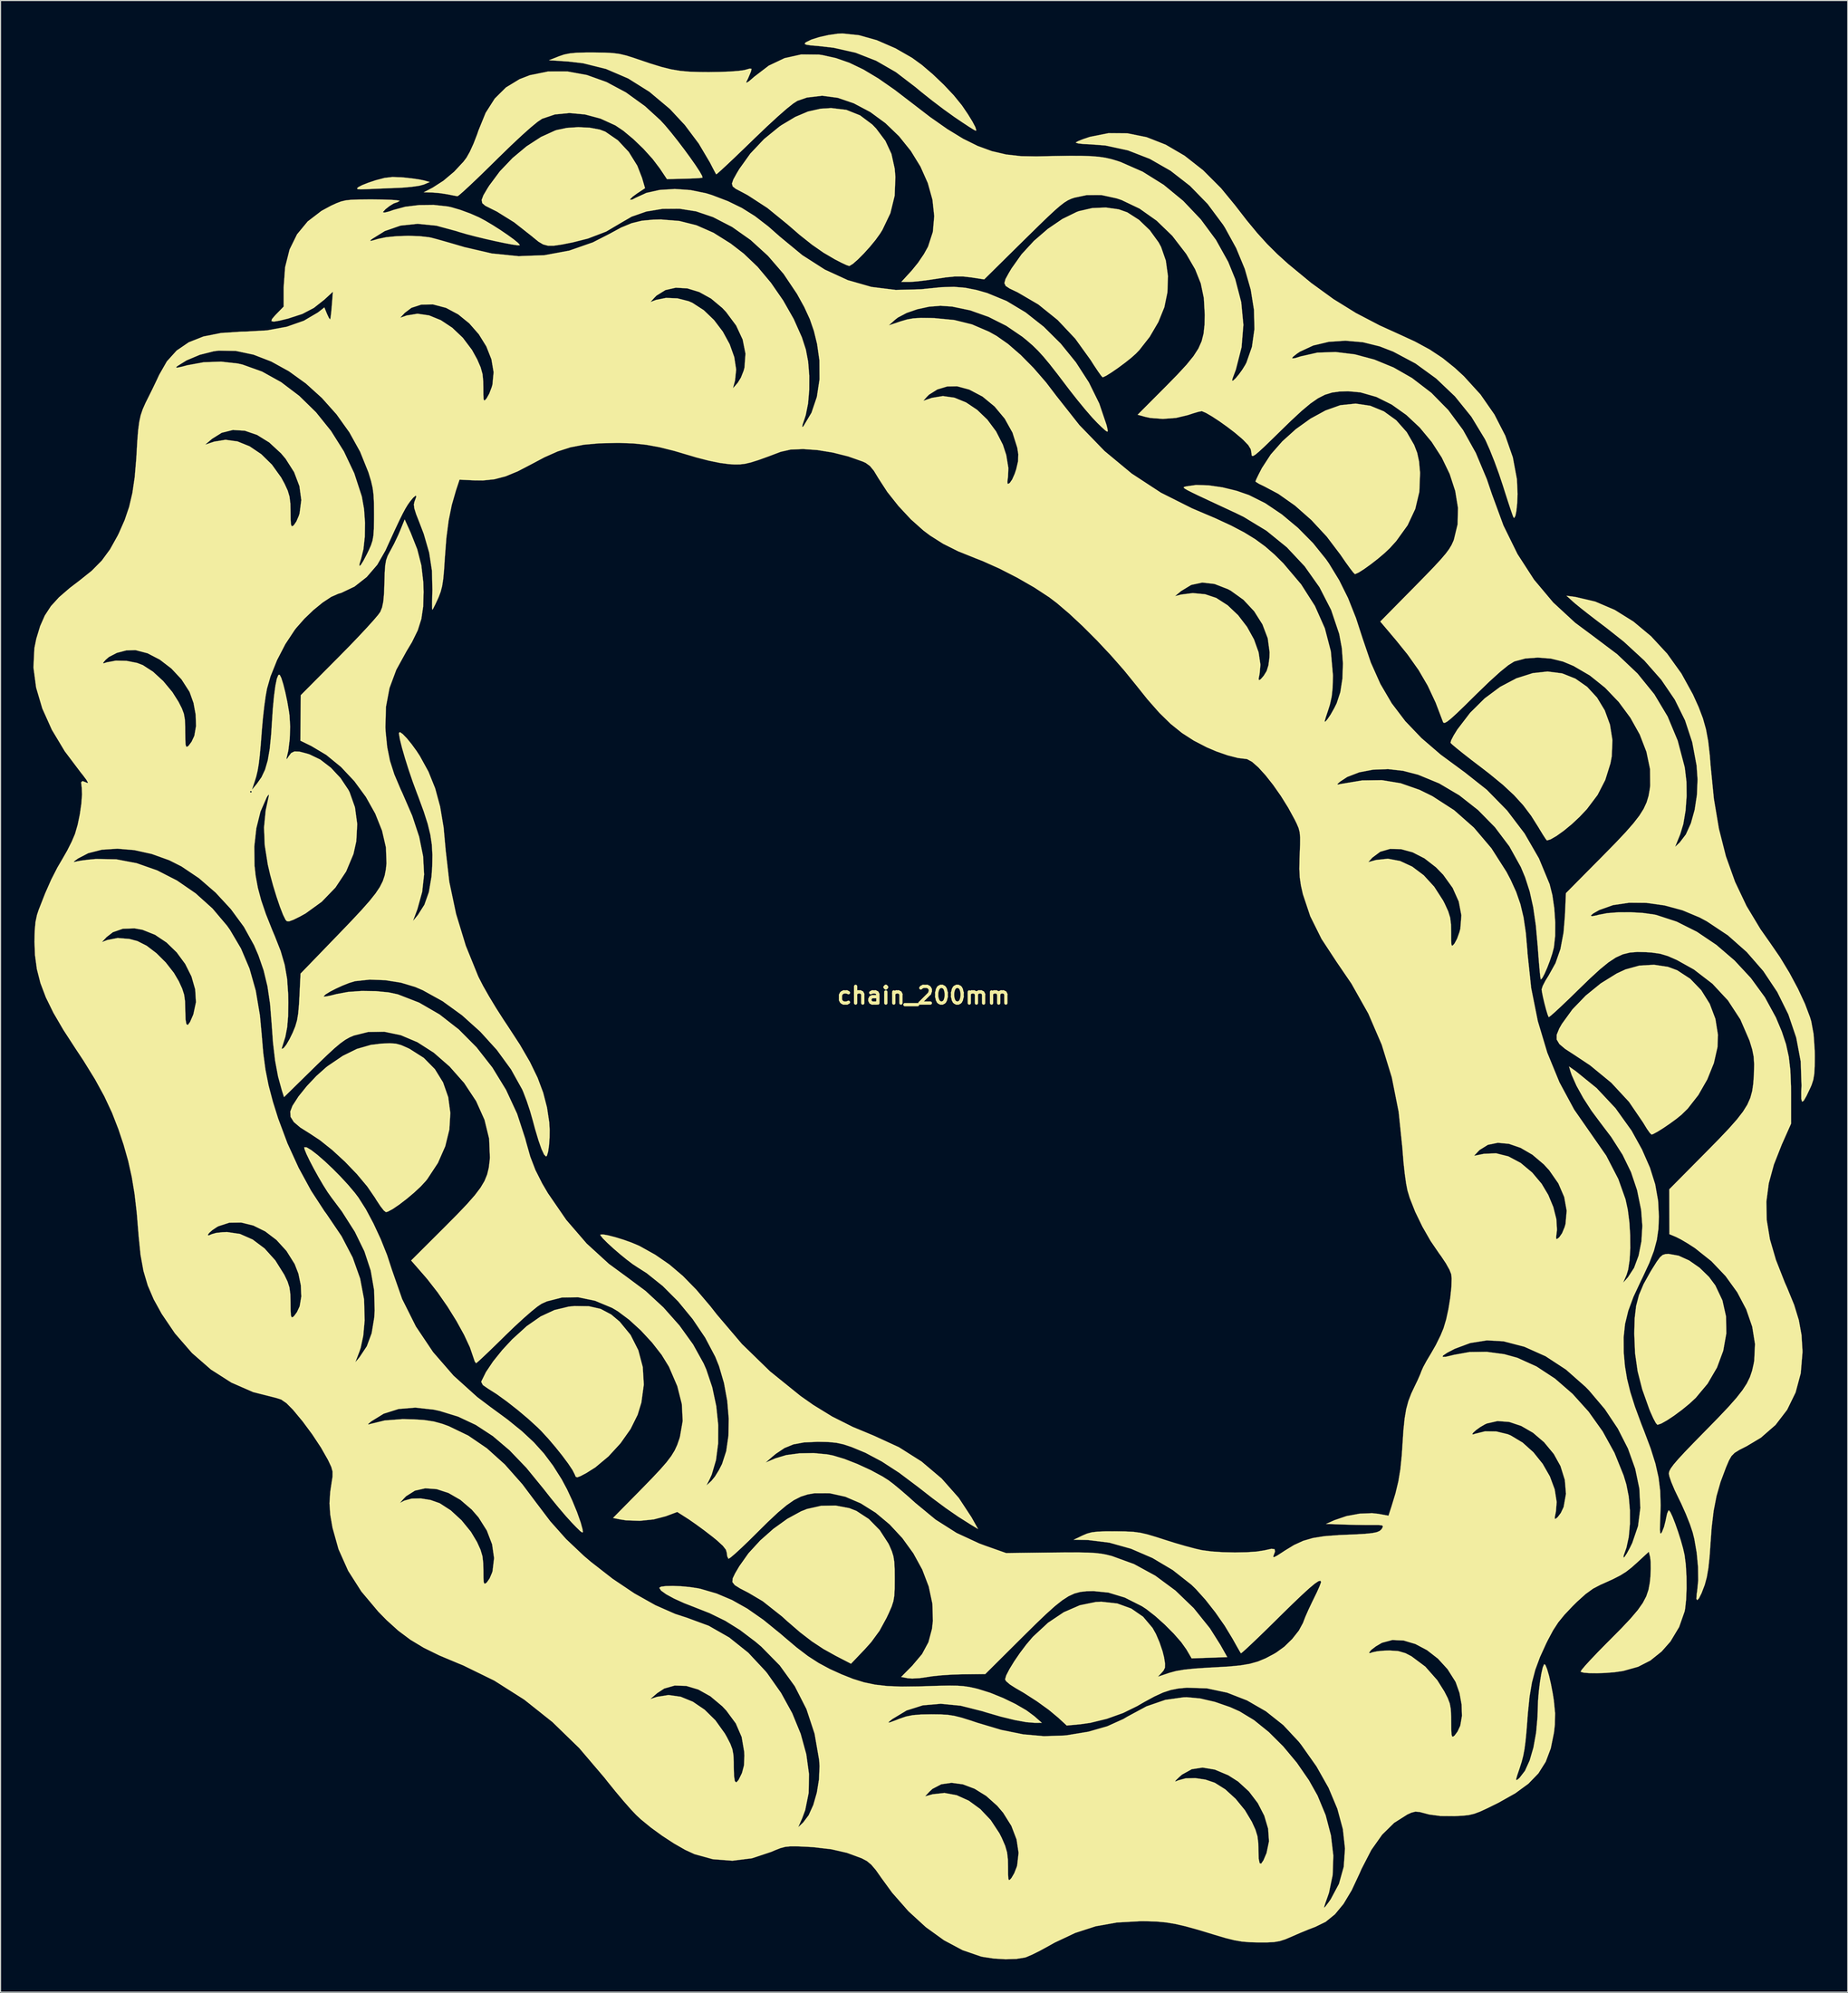
<source format=kicad_pcb>
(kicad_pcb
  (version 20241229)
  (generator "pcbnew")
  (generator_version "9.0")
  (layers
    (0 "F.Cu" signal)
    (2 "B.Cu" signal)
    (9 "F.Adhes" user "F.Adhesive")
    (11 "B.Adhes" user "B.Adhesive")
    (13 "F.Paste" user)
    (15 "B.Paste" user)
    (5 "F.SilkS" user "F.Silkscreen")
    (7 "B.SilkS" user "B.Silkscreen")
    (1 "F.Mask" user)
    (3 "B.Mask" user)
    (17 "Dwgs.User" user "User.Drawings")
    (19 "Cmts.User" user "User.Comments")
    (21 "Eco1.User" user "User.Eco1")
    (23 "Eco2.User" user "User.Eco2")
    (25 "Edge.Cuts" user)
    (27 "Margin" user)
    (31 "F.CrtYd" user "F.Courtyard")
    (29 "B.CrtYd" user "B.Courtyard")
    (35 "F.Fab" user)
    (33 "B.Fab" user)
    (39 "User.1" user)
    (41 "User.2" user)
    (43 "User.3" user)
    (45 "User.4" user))
  (footprint "chain_200mm"
    (layer "F.Cu")
    (at 81.265 87.816)
    (property "Reference" "chain_200mm" (at 0 0 0) (layer "F.SilkS") (effects (font (size 1.524 1.524) (thickness 0.3))))
    (attr through_hole)
    (fp_poly (pts (xy -47.692 -74.685) (xy -47.436 -74.663) (xy -46.697 -74.581) (xy -46.038 -74.485) (xy -45.597 -74.396) (xy -45.585 -74.393) (xy -45.085 -74.25) (xy -45.629 -74.019) (xy -46.051 -73.909) (xy -46.721 -73.812) (xy -47.522 -73.741) (xy -47.897 -73.721) (xy -48.824 -73.685) (xy -49.774 -73.645) (xy -50.579 -73.611) (xy -50.771 -73.602) (xy -51.379 -73.583) (xy -51.676 -73.605) (xy -51.717 -73.679) (xy -51.588 -73.795) (xy -51.249 -73.97) (xy -50.684 -74.193) (xy -50.02 -74.414) (xy -49.211 -74.626) (xy -48.502 -74.709) (xy -47.692 -74.685)) (stroke (width 0.01) (type solid)) (fill yes) (layer "F.SilkS"))
    (fp_poly (pts (xy -5.901 -87.655) (xy -4.269 -87.196) (xy -2.561 -86.452) (xy -1.042 -85.58) (xy -0.155 -84.935) (xy 0.839 -84.087) (xy 1.842 -83.131) (xy 2.754 -82.163) (xy 3.475 -81.277) (xy 3.538 -81.19) (xy 4.054 -80.429) (xy 4.457 -79.773) (xy 4.719 -79.274) (xy 4.811 -78.983) (xy 4.767 -78.93) (xy 4.571 -79.03) (xy 4.141 -79.299) (xy 3.539 -79.694) (xy 2.828 -80.176) (xy 2.799 -80.196) (xy 1.855 -80.873) (xy 0.8 -81.672) (xy -0.209 -82.473) (xy -0.733 -82.909) (xy -2.527 -84.281) (xy -4.331 -85.32) (xy -6.206 -86.053) (xy -8.216 -86.507) (xy -9.563 -86.661) (xy -10.288 -86.723) (xy -10.702 -86.784) (xy -10.856 -86.858) (xy -10.801 -86.961) (xy -10.724 -87.019) (xy -10.235 -87.256) (xy -9.511 -87.483) (xy -8.68 -87.67) (xy -7.868 -87.787) (xy -7.409 -87.811) (xy -5.901 -87.655)) (stroke (width 0.01) (type solid)) (fill yes) (layer "F.SilkS"))
    (fp_poly (pts (xy 68.92 23.747) (xy 69.888 24.186) (xy 70.841 24.849) (xy 71.699 25.683) (xy 72.278 26.46) (xy 72.927 27.827) (xy 73.259 29.307) (xy 73.281 30.855) (xy 73.003 32.422) (xy 72.431 33.962) (xy 71.575 35.429) (xy 70.489 36.728) (xy 69.916 37.26) (xy 69.24 37.813) (xy 68.535 38.335) (xy 67.876 38.774) (xy 67.338 39.076) (xy 66.995 39.189) (xy 66.994 39.189) (xy 66.852 39.031) (xy 66.625 38.612) (xy 66.353 38.008) (xy 66.244 37.739) (xy 65.608 35.949) (xy 65.186 34.296) (xy 64.952 32.644) (xy 64.879 30.86) (xy 64.879 30.843) (xy 64.916 29.474) (xy 65.049 28.345) (xy 65.31 27.34) (xy 65.732 26.342) (xy 66.348 25.234) (xy 66.521 24.95) (xy 66.934 24.295) (xy 67.23 23.892) (xy 67.476 23.68) (xy 67.738 23.599) (xy 68.017 23.587) (xy 68.92 23.747)) (stroke (width 0.01) (type solid)) (fill yes) (layer "F.SilkS"))
    (fp_poly (pts (xy 67.961 -2.613) (xy 68.798 -2.302) (xy 69.989 -1.525) (xy 70.99 -0.485) (xy 71.767 0.757) (xy 72.287 2.135) (xy 72.518 3.588) (xy 72.478 4.71) (xy 72.148 6.166) (xy 71.545 7.66) (xy 70.73 9.084) (xy 69.76 10.325) (xy 69.194 10.88) (xy 68.716 11.267) (xy 68.133 11.693) (xy 67.528 12.104) (xy 66.987 12.443) (xy 66.593 12.653) (xy 66.457 12.695) (xy 66.301 12.546) (xy 66.03 12.161) (xy 65.7 11.621) (xy 65.688 11.6) (xy 64.398 9.706) (xy 62.784 7.965) (xy 60.841 6.371) (xy 59.387 5.406) (xy 58.566 4.874) (xy 58.046 4.435) (xy 57.8 4.023) (xy 57.803 3.574) (xy 58.029 3.021) (xy 58.275 2.59) (xy 59.231 1.271) (xy 60.447 0.01) (xy 61.825 -1.109) (xy 63.27 -2.005) (xy 64.078 -2.381) (xy 65.348 -2.73) (xy 66.68 -2.806) (xy 67.961 -2.613)) (stroke (width 0.01) (type solid)) (fill yes) (layer "F.SilkS"))
    (fp_poly (pts (xy -6.783 46.791) (xy -6.132 47.046) (xy -4.999 47.787) (xy -4 48.806) (xy -3.212 50.023) (xy -3.113 50.224) (xy -2.895 50.728) (xy -2.754 51.187) (xy -2.674 51.705) (xy -2.64 52.385) (xy -2.633 53.249) (xy -2.64 54.137) (xy -2.672 54.777) (xy -2.756 55.284) (xy -2.913 55.774) (xy -3.17 56.362) (xy -3.382 56.81) (xy -4.023 57.986) (xy -4.783 59.024) (xy -5.377 59.685) (xy -6.626 60.995) (xy -8.052 60.257) (xy -9.15 59.644) (xy -10.189 58.959) (xy -11.255 58.141) (xy -12.434 57.125) (xy -12.921 56.682) (xy -14.686 55.287) (xy -15.991 54.516) (xy -16.756 54.119) (xy -17.233 53.822) (xy -17.449 53.547) (xy -17.431 53.214) (xy -17.205 52.744) (xy -16.819 52.09) (xy -15.985 50.912) (xy -14.921 49.751) (xy -13.712 48.68) (xy -12.441 47.767) (xy -11.191 47.085) (xy -10.647 46.869) (xy -9.364 46.58) (xy -8.036 46.556) (xy -6.783 46.791)) (stroke (width 0.01) (type solid)) (fill yes) (layer "F.SilkS"))
    (fp_poly (pts (xy 58.293 -29.403) (xy 59.505 -28.922) (xy 60.577 -28.172) (xy 61.48 -27.193) (xy 62.184 -26.029) (xy 62.663 -24.72) (xy 62.886 -23.308) (xy 62.826 -21.835) (xy 62.704 -21.182) (xy 62.229 -19.666) (xy 61.531 -18.308) (xy 60.558 -17.017) (xy 59.892 -16.309) (xy 59.181 -15.644) (xy 58.456 -15.047) (xy 57.787 -14.567) (xy 57.241 -14.252) (xy 56.909 -14.151) (xy 56.789 -14.296) (xy 56.539 -14.679) (xy 56.208 -15.223) (xy 56.141 -15.338) (xy 55.466 -16.407) (xy 54.737 -17.373) (xy 53.895 -18.295) (xy 52.883 -19.235) (xy 51.641 -20.254) (xy 50.863 -20.853) (xy 50.008 -21.505) (xy 49.259 -22.09) (xy 48.66 -22.571) (xy 48.26 -22.909) (xy 48.105 -23.066) (xy 48.167 -23.297) (xy 48.389 -23.73) (xy 48.724 -24.273) (xy 48.725 -24.274) (xy 49.897 -25.806) (xy 51.216 -27.114) (xy 52.638 -28.172) (xy 54.121 -28.953) (xy 55.622 -29.428) (xy 56.968 -29.573) (xy 58.293 -29.403)) (stroke (width 0.01) (type solid)) (fill yes) (layer "F.SilkS"))
    (fp_poly (pts (xy -7.052 -80.838) (xy -5.796 -80.334) (xy -4.681 -79.497) (xy -4.335 -79.138) (xy -3.486 -78.007) (xy -2.934 -76.819) (xy -2.637 -75.475) (xy -2.573 -74.716) (xy -2.641 -72.997) (xy -3.031 -71.406) (xy -3.761 -69.878) (xy -3.963 -69.553) (xy -4.378 -68.975) (xy -4.895 -68.346) (xy -5.453 -67.729) (xy -5.99 -67.189) (xy -6.444 -66.79) (xy -6.754 -66.597) (xy -6.804 -66.589) (xy -7.044 -66.672) (xy -7.504 -66.886) (xy -8.088 -67.187) (xy -8.128 -67.209) (xy -9.143 -67.806) (xy -10.178 -68.526) (xy -11.308 -69.422) (xy -12.428 -70.392) (xy -14.262 -71.885) (xy -16.045 -73.044) (xy -16.661 -73.374) (xy -17.148 -73.629) (xy -17.424 -73.848) (xy -17.496 -74.107) (xy -17.369 -74.485) (xy -17.05 -75.059) (xy -16.819 -75.445) (xy -15.817 -76.846) (xy -14.566 -78.17) (xy -13.177 -79.302) (xy -12.977 -79.439) (xy -11.713 -80.196) (xy -10.555 -80.686) (xy -9.403 -80.943) (xy -8.436 -81.003) (xy -7.052 -80.838)) (stroke (width 0.01) (type solid)) (fill yes) (layer "F.SilkS"))
    (fp_poly (pts (xy 17.807 -71.762) (xy 18.596 -71.484) (xy 19.667 -70.796) (xy 20.654 -69.847) (xy 21.458 -68.737) (xy 21.683 -68.32) (xy 22.115 -67.077) (xy 22.31 -65.664) (xy 22.262 -64.193) (xy 21.981 -62.825) (xy 21.433 -61.472) (xy 20.641 -60.119) (xy 19.695 -58.911) (xy 19.378 -58.582) (xy 18.941 -58.194) (xy 18.373 -57.743) (xy 17.754 -57.285) (xy 17.162 -56.876) (xy 16.676 -56.573) (xy 16.377 -56.432) (xy 16.346 -56.428) (xy 16.21 -56.573) (xy 15.931 -56.963) (xy 15.552 -57.531) (xy 15.252 -58.002) (xy 13.845 -59.954) (xy 12.24 -61.657) (xy 10.475 -63.077) (xy 8.587 -64.181) (xy 8.452 -64.245) (xy 7.847 -64.534) (xy 7.494 -64.768) (xy 7.377 -65.028) (xy 7.478 -65.395) (xy 7.783 -65.95) (xy 8.037 -66.374) (xy 8.946 -67.655) (xy 10.075 -68.879) (xy 11.345 -69.977) (xy 12.673 -70.881) (xy 13.978 -71.521) (xy 14.184 -71.596) (xy 15.379 -71.872) (xy 16.629 -71.926) (xy 17.807 -71.762)) (stroke (width 0.01) (type solid)) (fill yes) (layer "F.SilkS"))
    (fp_poly (pts (xy -30.571 28.359) (xy -29.483 28.606) (xy -28.519 29.117) (xy -27.747 29.766) (xy -26.75 30.982) (xy -26.043 32.378) (xy -25.637 33.905) (xy -25.54 35.512) (xy -25.762 37.151) (xy -26.104 38.269) (xy -26.75 39.572) (xy -27.665 40.869) (xy -28.765 42.068) (xy -29.967 43.072) (xy -30.793 43.592) (xy -31.316 43.867) (xy -31.606 43.977) (xy -31.75 43.935) (xy -31.833 43.749) (xy -31.84 43.727) (xy -32.046 43.32) (xy -32.448 42.718) (xy -32.99 41.99) (xy -33.618 41.206) (xy -34.277 40.433) (xy -34.914 39.742) (xy -35.221 39.436) (xy -36.085 38.647) (xy -37.059 37.827) (xy -38.053 37.049) (xy -38.975 36.383) (xy -39.734 35.901) (xy -39.752 35.89) (xy -40.232 35.558) (xy -40.379 35.277) (xy -40.364 35.206) (xy -39.95 34.371) (xy -39.295 33.395) (xy -38.452 32.349) (xy -37.556 31.385) (xy -36.229 30.179) (xy -34.959 29.295) (xy -33.699 28.71) (xy -32.402 28.398) (xy -31.872 28.344) (xy -30.571 28.359)) (stroke (width 0.01) (type solid)) (fill yes) (layer "F.SilkS"))
    (fp_poly (pts (xy 40.775 -53.83) (xy 42.023 -53.316) (xy 43.147 -52.506) (xy 44.106 -51.424) (xy 44.783 -50.256) (xy 45.061 -49.537) (xy 45.229 -48.759) (xy 45.319 -47.776) (xy 45.324 -47.683) (xy 45.26 -45.985) (xy 44.886 -44.41) (xy 44.186 -42.92) (xy 43.146 -41.477) (xy 42.574 -40.845) (xy 42.088 -40.383) (xy 41.485 -39.873) (xy 40.839 -39.369) (xy 40.227 -38.93) (xy 39.723 -38.61) (xy 39.404 -38.466) (xy 39.375 -38.463) (xy 39.232 -38.604) (xy 38.933 -38.99) (xy 38.522 -39.559) (xy 38.046 -40.25) (xy 36.804 -41.889) (xy 35.404 -43.397) (xy 33.909 -44.716) (xy 32.383 -45.79) (xy 31.092 -46.475) (xy 30.628 -46.699) (xy 30.343 -46.875) (xy 30.299 -46.928) (xy 30.378 -47.128) (xy 30.585 -47.556) (xy 30.876 -48.121) (xy 30.888 -48.143) (xy 31.694 -49.381) (xy 32.754 -50.586) (xy 33.99 -51.699) (xy 35.329 -52.657) (xy 36.693 -53.4) (xy 38.007 -53.869) (xy 38.075 -53.885) (xy 39.445 -54.028) (xy 40.775 -53.83)) (stroke (width 0.01) (type solid)) (fill yes) (layer "F.SilkS"))
    (fp_poly (pts (xy -48.19 4.394) (xy -47.705 4.522) (xy -47.132 4.772) (xy -46.906 4.882) (xy -45.628 5.696) (xy -44.614 6.725) (xy -43.869 7.931) (xy -43.397 9.277) (xy -43.203 10.723) (xy -43.292 12.231) (xy -43.668 13.764) (xy -44.336 15.283) (xy -45.301 16.75) (xy -45.448 16.935) (xy -45.91 17.435) (xy -46.513 17.996) (xy -47.186 18.562) (xy -47.857 19.077) (xy -48.455 19.485) (xy -48.908 19.73) (xy -49.084 19.776) (xy -49.273 19.629) (xy -49.58 19.239) (xy -49.95 18.678) (xy -50.082 18.46) (xy -50.791 17.427) (xy -51.734 16.301) (xy -52.826 15.166) (xy -53.982 14.104) (xy -55.119 13.198) (xy -56 12.618) (xy -56.904 12.048) (xy -57.491 11.55) (xy -57.786 11.08) (xy -57.817 10.597) (xy -57.617 10.071) (xy -57.062 9.212) (xy -56.301 8.267) (xy -55.433 7.347) (xy -54.557 6.565) (xy -54.394 6.438) (xy -53.02 5.507) (xy -51.732 4.873) (xy -50.457 4.506) (xy -49.496 4.39) (xy -48.737 4.36) (xy -48.19 4.394)) (stroke (width 0.01) (type solid)) (fill yes) (layer "F.SilkS"))
    (fp_poly (pts (xy -30.74 -84.02) (xy -28.943 -83.376) (xy -27.164 -82.424) (xy -25.434 -81.174) (xy -24.025 -79.888) (xy -23.582 -79.404) (xy -23.048 -78.767) (xy -22.466 -78.034) (xy -21.874 -77.257) (xy -21.313 -76.492) (xy -20.823 -75.793) (xy -20.445 -75.216) (xy -20.218 -74.815) (xy -20.179 -74.648) (xy -20.373 -74.619) (xy -20.844 -74.589) (xy -21.507 -74.562) (xy -21.831 -74.553) (xy -23.427 -74.515) (xy -24.08 -75.493) (xy -24.748 -76.372) (xy -25.589 -77.299) (xy -26.509 -78.183) (xy -27.413 -78.933) (xy -28.131 -79.416) (xy -29.495 -80.04) (xy -30.921 -80.42) (xy -32.334 -80.549) (xy -33.659 -80.42) (xy -34.819 -80.027) (xy -34.834 -80.019) (xy -35.243 -79.744) (xy -35.87 -79.229) (xy -36.688 -78.499) (xy -37.669 -77.58) (xy -38.784 -76.497) (xy -39.013 -76.27) (xy -39.922 -75.376) (xy -40.751 -74.573) (xy -41.465 -73.897) (xy -42.027 -73.379) (xy -42.402 -73.055) (xy -42.551 -72.955) (xy -42.829 -73.003) (xy -43.303 -73.096) (xy -43.452 -73.126) (xy -44.146 -73.234) (xy -44.855 -73.294) (xy -44.904 -73.295) (xy -45.629 -73.314) (xy -44.813 -73.74) (xy -43.833 -74.37) (xy -42.847 -75.202) (xy -42.002 -76.109) (xy -41.724 -76.479) (xy -41.424 -77.009) (xy -41.083 -77.759) (xy -40.756 -78.6) (xy -40.636 -78.954) (xy -39.98 -80.564) (xy -39.15 -81.867) (xy -38.124 -82.885) (xy -36.884 -83.64) (xy -35.949 -84.001) (xy -34.273 -84.342) (xy -32.527 -84.345) (xy -30.74 -84.02)) (stroke (width 0.01) (type solid)) (fill yes) (layer "F.SilkS"))
    (fp_poly (pts (xy -29.112 -86.063) (xy -28.355 -86.023) (xy -27.732 -85.939) (xy -27.13 -85.795) (xy -26.434 -85.574) (xy -26.216 -85.5) (xy -24.95 -85.071) (xy -23.928 -84.756) (xy -23.054 -84.539) (xy -22.235 -84.4) (xy -21.375 -84.323) (xy -20.381 -84.291) (xy -19.594 -84.286) (xy -18.593 -84.3) (xy -17.666 -84.337) (xy -16.902 -84.394) (xy -16.387 -84.465) (xy -16.294 -84.488) (xy -15.866 -84.608) (xy -15.708 -84.584) (xy -15.745 -84.379) (xy -15.796 -84.244) (xy -16.016 -83.725) (xy -16.175 -83.4) (xy -16.168 -83.306) (xy -15.943 -83.444) (xy -15.536 -83.792) (xy -15.473 -83.85) (xy -14.132 -84.875) (xy -12.687 -85.56) (xy -11.159 -85.899) (xy -9.569 -85.885) (xy -9.231 -85.837) (xy -7.998 -85.562) (xy -6.77 -85.133) (xy -5.499 -84.523) (xy -4.136 -83.708) (xy -2.633 -82.662) (xy -1.165 -81.536) (xy 0.601 -80.179) (xy 2.177 -79.075) (xy 3.609 -78.202) (xy 4.946 -77.54) (xy 6.236 -77.069) (xy 7.527 -76.767) (xy 8.867 -76.614) (xy 10.304 -76.59) (xy 10.341 -76.591) (xy 11.989 -76.626) (xy 13.325 -76.644) (xy 14.401 -76.641) (xy 15.267 -76.614) (xy 15.976 -76.558) (xy 16.576 -76.471) (xy 17.121 -76.349) (xy 17.66 -76.189) (xy 17.997 -76.075) (xy 20.003 -75.192) (xy 21.921 -73.994) (xy 23.704 -72.527) (xy 25.31 -70.836) (xy 26.693 -68.966) (xy 27.809 -66.963) (xy 28.449 -65.389) (xy 29 -63.282) (xy 29.195 -61.218) (xy 29.031 -59.175) (xy 28.509 -57.129) (xy 28.211 -56.334) (xy 28.16 -56.112) (xy 28.271 -56.134) (xy 28.495 -56.344) (xy 28.784 -56.69) (xy 29.092 -57.116) (xy 29.371 -57.568) (xy 29.478 -57.775) (xy 29.977 -59.205) (xy 30.203 -60.82) (xy 30.164 -62.575) (xy 29.869 -64.423) (xy 29.325 -66.32) (xy 28.539 -68.22) (xy 27.519 -70.077) (xy 27.341 -70.358) (xy 25.929 -72.255) (xy 24.321 -73.902) (xy 22.552 -75.278) (xy 20.653 -76.364) (xy 18.658 -77.139) (xy 16.599 -77.585) (xy 15.254 -77.688) (xy 14.596 -77.719) (xy 14.118 -77.773) (xy 13.9 -77.84) (xy 13.897 -77.862) (xy 14.103 -77.983) (xy 14.56 -78.166) (xy 15.169 -78.37) (xy 15.176 -78.372) (xy 16.874 -78.711) (xy 18.606 -78.7) (xy 20.355 -78.347) (xy 22.103 -77.66) (xy 23.83 -76.65) (xy 25.52 -75.323) (xy 27.153 -73.688) (xy 28.415 -72.154) (xy 29.498 -70.756) (xy 30.46 -69.592) (xy 31.367 -68.59) (xy 32.286 -67.675) (xy 33.284 -66.772) (xy 33.292 -66.766) (xy 35.391 -65.036) (xy 37.418 -63.565) (xy 39.471 -62.293) (xy 41.647 -61.157) (xy 43.248 -60.431) (xy 44.85 -59.696) (xy 46.193 -58.969) (xy 47.375 -58.188) (xy 48.492 -57.29) (xy 49.32 -56.528) (xy 50.843 -54.855) (xy 52.111 -53.031) (xy 53.101 -51.103) (xy 53.794 -49.118) (xy 54.166 -47.124) (xy 54.226 -45.773) (xy 54.19 -44.937) (xy 54.122 -44.257) (xy 54.031 -43.79) (xy 53.926 -43.592) (xy 53.856 -43.634) (xy 53.766 -43.862) (xy 53.589 -44.373) (xy 53.348 -45.102) (xy 53.063 -45.987) (xy 52.889 -46.536) (xy 52.523 -47.633) (xy 52.113 -48.753) (xy 51.701 -49.785) (xy 51.333 -50.614) (xy 51.24 -50.8) (xy 50.007 -52.833) (xy 48.512 -54.684) (xy 46.796 -56.316) (xy 44.905 -57.69) (xy 42.881 -58.767) (xy 41.638 -59.25) (xy 40.09 -59.631) (xy 38.513 -59.767) (xy 36.983 -59.665) (xy 35.575 -59.33) (xy 34.364 -58.77) (xy 34.102 -58.597) (xy 33.714 -58.292) (xy 33.642 -58.151) (xy 33.891 -58.17) (xy 34.445 -58.341) (xy 35.951 -58.681) (xy 37.61 -58.737) (xy 39.362 -58.522) (xy 41.15 -58.045) (xy 42.915 -57.319) (xy 44.598 -56.356) (xy 44.598 -56.355) (xy 46.356 -55.008) (xy 47.899 -53.437) (xy 49.247 -51.616) (xy 50.415 -49.521) (xy 51.42 -47.127) (xy 51.877 -45.779) (xy 52.938 -42.894) (xy 54.218 -40.292) (xy 55.728 -37.957) (xy 57.478 -35.873) (xy 59.48 -34.024) (xy 61.122 -32.805) (xy 63.318 -31.151) (xy 65.175 -29.389) (xy 66.707 -27.5) (xy 67.924 -25.466) (xy 68.841 -23.269) (xy 69.47 -20.89) (xy 69.501 -20.727) (xy 69.643 -19.529) (xy 69.66 -18.202) (xy 69.562 -16.868) (xy 69.357 -15.649) (xy 69.076 -14.722) (xy 68.607 -13.569) (xy 69.029 -13.965) (xy 69.591 -14.701) (xy 70.05 -15.717) (xy 70.392 -16.942) (xy 70.6 -18.304) (xy 70.658 -19.731) (xy 70.572 -20.987) (xy 70.173 -23.121) (xy 69.515 -25.118) (xy 68.58 -27.007) (xy 67.349 -28.815) (xy 65.806 -30.568) (xy 63.931 -32.294) (xy 62.321 -33.569) (xy 61.465 -34.216) (xy 60.663 -34.834) (xy 59.982 -35.371) (xy 59.489 -35.773) (xy 59.327 -35.913) (xy 58.692 -36.49) (xy 59.508 -36.379) (xy 61.318 -35.954) (xy 63.095 -35.195) (xy 64.805 -34.13) (xy 66.412 -32.789) (xy 67.883 -31.199) (xy 69.182 -29.389) (xy 70.23 -27.486) (xy 70.755 -26.327) (xy 71.145 -25.3) (xy 71.427 -24.299) (xy 71.627 -23.217) (xy 71.772 -21.947) (xy 71.848 -20.986) (xy 72.147 -17.96) (xy 72.608 -15.216) (xy 73.246 -12.704) (xy 74.08 -10.374) (xy 75.125 -8.174) (xy 76.4 -6.055) (xy 77.277 -4.808) (xy 78.18 -3.496) (xy 79.043 -2.071) (xy 79.819 -0.623) (xy 80.463 0.761) (xy 80.927 1.992) (xy 81.036 2.359) (xy 81.252 3.534) (xy 81.353 5.017) (xy 81.36 5.534) (xy 81.352 6.488) (xy 81.309 7.178) (xy 81.22 7.703) (xy 81.071 8.16) (xy 80.971 8.391) (xy 80.601 9.169) (xy 80.349 9.605) (xy 80.198 9.698) (xy 80.129 9.443) (xy 80.125 8.835) (xy 80.149 8.211) (xy 80.076 6.024) (xy 79.667 3.846) (xy 78.944 1.717) (xy 77.934 -0.321) (xy 76.661 -2.23) (xy 75.149 -3.967) (xy 73.424 -5.493) (xy 71.508 -6.767) (xy 70.848 -7.121) (xy 69.283 -7.776) (xy 67.64 -8.222) (xy 65.991 -8.453) (xy 64.404 -8.465) (xy 62.95 -8.251) (xy 61.699 -7.808) (xy 61.657 -7.787) (xy 61.125 -7.485) (xy 60.912 -7.295) (xy 61.019 -7.233) (xy 61.449 -7.315) (xy 61.624 -7.366) (xy 62.407 -7.517) (xy 63.425 -7.596) (xy 64.555 -7.601) (xy 65.679 -7.535) (xy 66.673 -7.396) (xy 66.9 -7.348) (xy 68.754 -6.74) (xy 70.595 -5.816) (xy 72.372 -4.62) (xy 74.033 -3.195) (xy 75.527 -1.587) (xy 76.802 0.161) (xy 77.807 2.004) (xy 77.818 2.029) (xy 78.351 3.297) (xy 78.733 4.447) (xy 78.985 5.588) (xy 79.13 6.828) (xy 79.188 8.278) (xy 79.193 8.89) (xy 79.194 11.702) (xy 78.346 13.607) (xy 77.627 15.43) (xy 77.158 17.149) (xy 76.939 18.823) (xy 76.974 20.506) (xy 77.264 22.257) (xy 77.811 24.133) (xy 78.618 26.188) (xy 78.843 26.697) (xy 79.478 28.246) (xy 79.903 29.634) (xy 80.147 30.979) (xy 80.234 32.394) (xy 80.236 32.571) (xy 80.079 34.477) (xy 79.608 36.233) (xy 78.835 37.815) (xy 77.775 39.198) (xy 76.443 40.359) (xy 75.156 41.129) (xy 74.481 41.473) (xy 74.043 41.745) (xy 73.753 42.038) (xy 73.523 42.441) (xy 73.265 43.045) (xy 73.247 43.089) (xy 72.755 44.405) (xy 72.389 45.686) (xy 72.126 47.038) (xy 71.944 48.565) (xy 71.848 49.893) (xy 71.755 51.23) (xy 71.643 52.274) (xy 71.502 53.093) (xy 71.323 53.758) (xy 71.3 53.827) (xy 71.021 54.557) (xy 70.791 55.018) (xy 70.628 55.193) (xy 70.551 55.069) (xy 70.58 54.628) (xy 70.62 54.385) (xy 70.719 53.381) (xy 70.702 52.165) (xy 70.58 50.865) (xy 70.364 49.61) (xy 70.213 49.005) (xy 69.958 48.244) (xy 69.587 47.315) (xy 69.162 46.364) (xy 68.935 45.903) (xy 68.563 45.129) (xy 68.266 44.423) (xy 68.08 43.877) (xy 68.036 43.63) (xy 68.076 43.429) (xy 68.214 43.165) (xy 68.477 42.806) (xy 68.891 42.322) (xy 69.484 41.68) (xy 70.282 40.85) (xy 71.311 39.801) (xy 71.396 39.714) (xy 72.556 38.528) (xy 73.483 37.549) (xy 74.204 36.733) (xy 74.751 36.037) (xy 75.153 35.42) (xy 75.439 34.837) (xy 75.639 34.247) (xy 75.783 33.607) (xy 75.833 33.319) (xy 75.902 31.808) (xy 75.65 30.234) (xy 75.101 28.645) (xy 74.28 27.088) (xy 73.212 25.608) (xy 71.921 24.252) (xy 70.431 23.067) (xy 70.379 23.031) (xy 69.738 22.618) (xy 69.124 22.259) (xy 68.687 22.038) (xy 68.087 21.788) (xy 68.08 19.739) (xy 68.074 17.689) (xy 71.4 14.333) (xy 72.577 13.135) (xy 73.519 12.144) (xy 74.252 11.314) (xy 74.804 10.602) (xy 75.202 9.963) (xy 75.473 9.353) (xy 75.645 8.728) (xy 75.744 8.043) (xy 75.799 7.254) (xy 75.803 7.166) (xy 75.824 6.275) (xy 75.78 5.582) (xy 75.649 4.925) (xy 75.41 4.144) (xy 75.4 4.113) (xy 74.565 2.184) (xy 73.43 0.446) (xy 72.01 -1.078) (xy 70.326 -2.371) (xy 68.777 -3.235) (xy 67.953 -3.597) (xy 67.243 -3.81) (xy 66.46 -3.921) (xy 65.938 -3.957) (xy 65.148 -3.974) (xy 64.461 -3.916) (xy 63.826 -3.756) (xy 63.194 -3.466) (xy 62.514 -3.017) (xy 61.737 -2.382) (xy 60.812 -1.533) (xy 59.763 -0.515) (xy 58.969 0.26) (xy 58.264 0.932) (xy 57.688 1.467) (xy 57.28 1.826) (xy 57.08 1.974) (xy 57.068 1.974) (xy 56.972 1.751) (xy 56.832 1.29) (xy 56.678 0.707) (xy 56.54 0.119) (xy 56.447 -0.357) (xy 56.424 -0.564) (xy 56.521 -0.871) (xy 56.772 -1.355) (xy 57.056 -1.81) (xy 57.691 -2.951) (xy 58.141 -4.24) (xy 58.424 -5.743) (xy 58.548 -7.257) (xy 58.642 -9.344) (xy 61.967 -12.7) (xy 63.138 -13.894) (xy 64.072 -14.882) (xy 64.797 -15.708) (xy 65.343 -16.412) (xy 65.737 -17.038) (xy 66.009 -17.627) (xy 66.187 -18.221) (xy 66.299 -18.864) (xy 66.333 -19.16) (xy 66.319 -20.675) (xy 65.99 -22.245) (xy 65.382 -23.82) (xy 64.527 -25.351) (xy 63.461 -26.792) (xy 62.217 -28.092) (xy 60.83 -29.205) (xy 59.332 -30.08) (xy 58.367 -30.482) (xy 57.263 -30.752) (xy 56.075 -30.844) (xy 54.934 -30.761) (xy 53.968 -30.501) (xy 53.887 -30.466) (xy 53.379 -30.148) (xy 52.641 -29.55) (xy 51.674 -28.675) (xy 50.48 -27.522) (xy 50.31 -27.354) (xy 49.385 -26.441) (xy 48.681 -25.763) (xy 48.168 -25.295) (xy 47.815 -25.011) (xy 47.592 -24.886) (xy 47.468 -24.893) (xy 47.424 -24.96) (xy 46.747 -26.734) (xy 46.025 -28.277) (xy 45.193 -29.703) (xy 44.186 -31.125) (xy 43.121 -32.443) (xy 41.692 -34.134) (xy 44.856 -37.341) (xy 45.864 -38.37) (xy 46.647 -39.184) (xy 47.238 -39.826) (xy 47.672 -40.336) (xy 47.982 -40.754) (xy 48.201 -41.12) (xy 48.364 -41.476) (xy 48.412 -41.599) (xy 48.754 -43.014) (xy 48.786 -44.513) (xy 48.535 -46.055) (xy 48.031 -47.601) (xy 47.304 -49.108) (xy 46.382 -50.535) (xy 45.295 -51.843) (xy 44.072 -52.989) (xy 42.742 -53.934) (xy 41.335 -54.635) (xy 39.879 -55.052) (xy 38.746 -55.154) (xy 37.967 -55.129) (xy 37.284 -55.033) (xy 36.648 -54.838) (xy 36.007 -54.513) (xy 35.312 -54.03) (xy 34.511 -53.359) (xy 33.553 -52.472) (xy 32.708 -51.65) (xy 31.795 -50.757) (xy 31.108 -50.094) (xy 30.614 -49.637) (xy 30.282 -49.362) (xy 30.081 -49.243) (xy 29.977 -49.255) (xy 29.94 -49.374) (xy 29.936 -49.484) (xy 29.871 -49.861) (xy 29.639 -50.242) (xy 29.181 -50.717) (xy 29.013 -50.87) (xy 28.413 -51.375) (xy 27.719 -51.906) (xy 27.002 -52.416) (xy 26.333 -52.855) (xy 25.784 -53.175) (xy 25.427 -53.328) (xy 25.376 -53.334) (xy 25.077 -53.274) (xy 24.567 -53.123) (xy 24.13 -52.977) (xy 23.047 -52.719) (xy 21.846 -52.629) (xy 20.702 -52.714) (xy 20.248 -52.813) (xy 19.54 -53.009) (xy 22.1 -55.578) (xy 23.176 -56.676) (xy 24.013 -57.584) (xy 24.641 -58.358) (xy 25.088 -59.051) (xy 25.385 -59.717) (xy 25.561 -60.412) (xy 25.646 -61.19) (xy 25.67 -62.105) (xy 25.67 -62.139) (xy 25.586 -63.657) (xy 25.306 -64.999) (xy 24.792 -66.286) (xy 24.009 -67.637) (xy 23.956 -67.717) (xy 22.706 -69.341) (xy 21.278 -70.721) (xy 19.719 -71.823) (xy 18.073 -72.608) (xy 17.625 -72.759) (xy 16.223 -73.063) (xy 14.904 -73.061) (xy 13.778 -72.824) (xy 13.47 -72.72) (xy 13.169 -72.58) (xy 12.841 -72.375) (xy 12.45 -72.074) (xy 11.958 -71.646) (xy 11.331 -71.062) (xy 10.531 -70.29) (xy 9.523 -69.301) (xy 9.164 -68.948) (xy 5.534 -65.364) (xy 4.316 -65.549) (xy 3.587 -65.63) (xy 2.871 -65.631) (xy 2.032 -65.548) (xy 1.285 -65.434) (xy 0.42 -65.303) (xy -0.398 -65.201) (xy -1.047 -65.142) (xy -1.28 -65.133) (xy -2.032 -65.133) (xy -1.077 -66.176) (xy -0.51 -66.875) (xy 0.034 -67.676) (xy 0.408 -68.351) (xy 0.847 -69.697) (xy 0.973 -71.14) (xy 0.811 -72.641) (xy 0.385 -74.16) (xy -0.281 -75.657) (xy -1.164 -77.093) (xy -2.238 -78.429) (xy -3.48 -79.624) (xy -4.866 -80.64) (xy -6.372 -81.436) (xy -7.837 -81.938) (xy -9.261 -82.128) (xy -10.644 -81.963) (xy -11.521 -81.661) (xy -11.9 -81.418) (xy -12.503 -80.937) (xy -13.3 -80.24) (xy -14.265 -79.352) (xy -15.371 -78.296) (xy -15.563 -78.11) (xy -16.462 -77.239) (xy -17.273 -76.462) (xy -17.961 -75.812) (xy -18.49 -75.323) (xy -18.825 -75.026) (xy -18.933 -74.951) (xy -19.037 -75.137) (xy -19.255 -75.551) (xy -19.495 -76.019) (xy -20.526 -77.762) (xy -21.794 -79.453) (xy -23.161 -80.921) (xy -25.03 -82.488) (xy -26.968 -83.703) (xy -28.987 -84.57) (xy -31.098 -85.095) (xy -32.449 -85.25) (xy -34.199 -85.366) (xy -33.292 -85.727) (xy -32.818 -85.888) (xy -32.301 -85.994) (xy -31.655 -86.053) (xy -30.79 -86.076) (xy -30.117 -86.076) (xy -29.112 -86.063)) (stroke (width 0.01) (type solid)) (fill yes) (layer "F.SilkS"))
    (fp_poly (pts (xy -30.477 -79.209) (xy -29.563 -79.04) (xy -29.053 -78.846) (xy -27.907 -78.057) (xy -26.914 -76.994) (xy -26.134 -75.736) (xy -25.702 -74.627) (xy -25.428 -73.689) (xy -26.157 -73.208) (xy -26.561 -72.912) (xy -26.78 -72.695) (xy -26.793 -72.634) (xy -26.593 -72.653) (xy -26.278 -72.815) (xy -25.299 -73.262) (xy -24.086 -73.531) (xy -22.723 -73.617) (xy -21.291 -73.519) (xy -19.875 -73.232) (xy -19.322 -73.061) (xy -17.863 -72.504) (xy -16.586 -71.882) (xy -15.391 -71.133) (xy -14.175 -70.196) (xy -13.1 -69.249) (xy -11.073 -67.576) (xy -9.019 -66.26) (xy -6.923 -65.296) (xy -4.77 -64.679) (xy -2.544 -64.402) (xy -0.23 -64.462) (xy 0.27 -64.516) (xy 1.636 -64.654) (xy 2.773 -64.686) (xy 3.8 -64.602) (xy 4.838 -64.395) (xy 5.806 -64.119) (xy 7.575 -63.392) (xy 9.311 -62.35) (xy 10.972 -61.038) (xy 12.517 -59.504) (xy 13.904 -57.795) (xy 15.091 -55.958) (xy 16.036 -54.039) (xy 16.698 -52.086) (xy 16.769 -51.798) (xy 16.817 -51.543) (xy 16.775 -51.459) (xy 16.597 -51.569) (xy 16.238 -51.896) (xy 15.871 -52.251) (xy 15.393 -52.756) (xy 14.771 -53.474) (xy 14.071 -54.324) (xy 13.361 -55.224) (xy 13.069 -55.608) (xy 12.216 -56.731) (xy 11.525 -57.613) (xy 10.948 -58.308) (xy 10.436 -58.869) (xy 9.941 -59.351) (xy 9.414 -59.808) (xy 9.015 -60.131) (xy 7.551 -61.127) (xy 5.934 -61.941) (xy 4.256 -62.537) (xy 2.61 -62.883) (xy 1.532 -62.956) (xy 0.499 -62.871) (xy -0.568 -62.64) (xy -1.555 -62.298) (xy -2.345 -61.881) (xy -2.593 -61.69) (xy -3.175 -61.169) (xy -2.086 -61.536) (xy -1.504 -61.707) (xy -0.933 -61.809) (xy -0.262 -61.85) (xy 0.622 -61.841) (xy 0.998 -61.829) (xy 2.805 -61.655) (xy 4.42 -61.255) (xy 5.958 -60.596) (xy 6.665 -60.202) (xy 7.715 -59.465) (xy 8.862 -58.469) (xy 10.04 -57.278) (xy 11.184 -55.958) (xy 12.108 -54.746) (xy 14.225 -52.063) (xy 16.524 -49.693) (xy 19.005 -47.636) (xy 21.668 -45.893) (xy 24.512 -44.464) (xy 24.946 -44.28) (xy 26.657 -43.552) (xy 28.078 -42.893) (xy 29.269 -42.269) (xy 30.286 -41.643) (xy 31.189 -40.981) (xy 32.035 -40.246) (xy 32.851 -39.436) (xy 34.466 -37.529) (xy 35.726 -35.556) (xy 36.631 -33.518) (xy 37.179 -31.417) (xy 37.369 -29.253) (xy 37.37 -29.144) (xy 37.343 -28.106) (xy 37.258 -27.287) (xy 37.092 -26.544) (xy 36.932 -26.036) (xy 36.719 -25.398) (xy 36.622 -25.058) (xy 36.638 -24.97) (xy 36.764 -25.089) (xy 36.873 -25.219) (xy 37.158 -25.637) (xy 37.495 -26.234) (xy 37.712 -26.67) (xy 38.046 -27.682) (xy 38.238 -28.928) (xy 38.285 -30.308) (xy 38.183 -31.72) (xy 37.944 -33.005) (xy 37.207 -35.194) (xy 36.145 -37.263) (xy 34.788 -39.18) (xy 33.163 -40.911) (xy 31.299 -42.424) (xy 29.224 -43.684) (xy 28.551 -44.015) (xy 27.131 -44.675) (xy 26.009 -45.198) (xy 25.152 -45.6) (xy 24.529 -45.899) (xy 24.11 -46.112) (xy 23.861 -46.255) (xy 23.753 -46.345) (xy 23.754 -46.399) (xy 23.831 -46.433) (xy 23.955 -46.466) (xy 23.969 -46.47) (xy 24.879 -46.599) (xy 26.013 -46.566) (xy 27.28 -46.384) (xy 28.586 -46.065) (xy 29.715 -45.673) (xy 31.186 -44.936) (xy 32.698 -43.918) (xy 34.178 -42.683) (xy 35.55 -41.295) (xy 36.741 -39.816) (xy 37.009 -39.43) (xy 37.944 -37.898) (xy 38.751 -36.272) (xy 39.472 -34.458) (xy 40.084 -32.577) (xy 40.829 -30.39) (xy 41.7 -28.438) (xy 42.735 -26.672) (xy 43.973 -25.041) (xy 45.453 -23.494) (xy 47.211 -21.982) (xy 49.286 -20.454) (xy 49.349 -20.412) (xy 51.418 -18.776) (xy 53.268 -16.886) (xy 54.865 -14.786) (xy 56.174 -12.519) (xy 57.153 -10.16) (xy 57.404 -9.16) (xy 57.578 -7.952) (xy 57.665 -6.67) (xy 57.658 -5.45) (xy 57.546 -4.428) (xy 57.531 -4.352) (xy 57.387 -3.803) (xy 57.176 -3.171) (xy 56.933 -2.537) (xy 56.692 -1.986) (xy 56.488 -1.601) (xy 56.355 -1.465) (xy 56.343 -1.472) (xy 56.307 -1.669) (xy 56.252 -2.165) (xy 56.187 -2.898) (xy 56.115 -3.805) (xy 56.069 -4.447) (xy 55.895 -6.394) (xy 55.655 -8.054) (xy 55.334 -9.496) (xy 54.917 -10.791) (xy 54.525 -11.728) (xy 53.475 -13.618) (xy 52.157 -15.365) (xy 50.618 -16.93) (xy 48.906 -18.275) (xy 47.068 -19.361) (xy 45.15 -20.151) (xy 43.769 -20.509) (xy 42.397 -20.664) (xy 41.034 -20.612) (xy 39.766 -20.369) (xy 38.677 -19.949) (xy 38.009 -19.511) (xy 37.767 -19.292) (xy 37.829 -19.252) (xy 38.1 -19.309) (xy 40.04 -19.632) (xy 41.833 -19.657) (xy 43.552 -19.374) (xy 45.272 -18.773) (xy 46.446 -18.197) (xy 48.443 -16.907) (xy 50.243 -15.318) (xy 51.837 -13.44) (xy 53.212 -11.285) (xy 53.586 -10.576) (xy 54.097 -9.455) (xy 54.486 -8.333) (xy 54.773 -7.124) (xy 54.977 -5.741) (xy 55.12 -4.098) (xy 55.138 -3.806) (xy 55.469 -0.685) (xy 56.074 2.339) (xy 56.94 5.225) (xy 58.051 7.93) (xy 59.393 10.416) (xy 60.857 12.519) (xy 62.318 14.617) (xy 63.421 16.751) (xy 64.079 18.596) (xy 64.288 19.556) (xy 64.431 20.681) (xy 64.507 21.88) (xy 64.516 23.064) (xy 64.454 24.141) (xy 64.322 25.02) (xy 64.178 25.491) (xy 63.864 26.216) (xy 64.301 25.726) (xy 64.861 24.865) (xy 65.278 23.743) (xy 65.535 22.439) (xy 65.618 21.03) (xy 65.51 19.596) (xy 65.502 19.54) (xy 65.138 17.768) (xy 64.587 16.126) (xy 63.813 14.536) (xy 62.779 12.92) (xy 61.802 11.631) (xy 60.98 10.526) (xy 60.231 9.367) (xy 59.608 8.244) (xy 59.166 7.251) (xy 59.051 6.912) (xy 58.923 6.477) (xy 59.533 6.904) (xy 61.445 8.454) (xy 63.159 10.282) (xy 64.633 12.337) (xy 65.586 14.061) (xy 66.311 15.717) (xy 66.791 17.239) (xy 67.055 18.734) (xy 67.129 20.182) (xy 67.086 21.283) (xy 66.942 22.297) (xy 66.67 23.315) (xy 66.246 24.428) (xy 65.643 25.727) (xy 65.49 26.035) (xy 64.805 27.501) (xy 64.329 28.786) (xy 64.037 29.987) (xy 63.908 31.204) (xy 63.917 32.535) (xy 63.923 32.657) (xy 64.028 33.831) (xy 64.219 34.984) (xy 64.517 36.193) (xy 64.942 37.535) (xy 65.515 39.089) (xy 65.773 39.745) (xy 66.376 41.347) (xy 66.811 42.732) (xy 67.095 43.994) (xy 67.247 45.228) (xy 67.286 46.527) (xy 67.264 47.338) (xy 67.23 48.218) (xy 67.223 48.779) (xy 67.247 49.066) (xy 67.306 49.122) (xy 67.403 48.991) (xy 67.414 48.971) (xy 67.598 48.505) (xy 67.75 47.903) (xy 67.775 47.761) (xy 67.878 47.291) (xy 67.996 47.018) (xy 68.039 46.99) (xy 68.172 47.152) (xy 68.375 47.585) (xy 68.62 48.212) (xy 68.88 48.953) (xy 69.128 49.732) (xy 69.335 50.469) (xy 69.472 51.073) (xy 69.584 51.948) (xy 69.645 53.002) (xy 69.655 54.11) (xy 69.613 55.15) (xy 69.52 55.996) (xy 69.476 56.222) (xy 68.976 57.644) (xy 68.182 58.967) (xy 67.377 59.878) (xy 66.345 60.704) (xy 65.23 61.273) (xy 63.912 61.643) (xy 63.75 61.674) (xy 63.071 61.77) (xy 62.295 61.832) (xy 61.51 61.861) (xy 60.806 61.855) (xy 60.272 61.813) (xy 59.996 61.734) (xy 59.983 61.719) (xy 60.078 61.553) (xy 60.397 61.173) (xy 60.904 60.619) (xy 61.561 59.929) (xy 62.333 59.144) (xy 62.616 58.861) (xy 63.703 57.765) (xy 64.552 56.862) (xy 65.193 56.107) (xy 65.658 55.45) (xy 65.976 54.844) (xy 66.18 54.241) (xy 66.3 53.591) (xy 66.353 53.062) (xy 66.386 52.334) (xy 66.378 51.688) (xy 66.33 51.262) (xy 66.33 51.26) (xy 66.208 50.773) (xy 65.162 51.739) (xy 64.617 52.225) (xy 64.127 52.605) (xy 63.6 52.934) (xy 62.944 53.27) (xy 62.067 53.668) (xy 61.788 53.79) (xy 61.118 54.141) (xy 60.434 54.636) (xy 59.655 55.338) (xy 59.24 55.749) (xy 58.5 56.532) (xy 57.941 57.219) (xy 57.468 57.945) (xy 56.99 58.84) (xy 56.838 59.146) (xy 56.269 60.394) (xy 55.844 61.544) (xy 55.538 62.706) (xy 55.322 63.988) (xy 55.167 65.501) (xy 55.142 65.833) (xy 55.047 67.072) (xy 54.957 68.025) (xy 54.861 68.77) (xy 54.746 69.384) (xy 54.602 69.944) (xy 54.414 70.526) (xy 54.407 70.549) (xy 54.192 71.185) (xy 54.096 71.529) (xy 54.121 71.629) (xy 54.267 71.536) (xy 54.408 71.411) (xy 54.903 70.767) (xy 55.331 69.825) (xy 55.675 68.644) (xy 55.92 67.284) (xy 56.05 65.806) (xy 56.067 65.133) (xy 56.097 64.343) (xy 56.17 63.479) (xy 56.276 62.63) (xy 56.4 61.88) (xy 56.53 61.319) (xy 56.655 61.032) (xy 56.656 61.031) (xy 56.769 61.111) (xy 56.921 61.484) (xy 57.095 62.082) (xy 57.272 62.84) (xy 57.435 63.691) (xy 57.537 64.338) (xy 57.65 65.497) (xy 57.632 66.549) (xy 57.548 67.29) (xy 57.257 68.721) (xy 56.796 69.943) (xy 56.128 71.002) (xy 55.216 71.945) (xy 54.02 72.819) (xy 52.505 73.671) (xy 52.342 73.753) (xy 51.449 74.194) (xy 50.786 74.498) (xy 50.261 74.693) (xy 49.781 74.806) (xy 49.253 74.865) (xy 48.585 74.898) (xy 48.499 74.902) (xy 47.197 74.894) (xy 46.17 74.759) (xy 45.868 74.681) (xy 45.289 74.527) (xy 44.896 74.494) (xy 44.53 74.589) (xy 44.164 74.756) (xy 42.956 75.52) (xy 41.863 76.595) (xy 40.874 77.993) (xy 39.979 79.728) (xy 39.817 80.101) (xy 39.081 81.673) (xy 38.336 82.916) (xy 37.554 83.864) (xy 36.707 84.551) (xy 35.766 85.011) (xy 35.744 85.019) (xy 35.155 85.245) (xy 34.401 85.555) (xy 33.655 85.88) (xy 33.028 86.147) (xy 32.511 86.314) (xy 31.981 86.402) (xy 31.315 86.434) (xy 30.571 86.434) (xy 29.752 86.413) (xy 29.055 86.353) (xy 28.37 86.235) (xy 27.584 86.039) (xy 26.587 85.744) (xy 26.392 85.684) (xy 25.015 85.267) (xy 23.895 84.958) (xy 22.95 84.741) (xy 22.096 84.602) (xy 21.249 84.526) (xy 20.326 84.498) (xy 19.776 84.497) (xy 17.652 84.614) (xy 15.713 84.959) (xy 13.852 85.562) (xy 11.965 86.451) (xy 11.339 86.8) (xy 10.612 87.198) (xy 9.925 87.539) (xy 9.391 87.768) (xy 9.253 87.814) (xy 8.474 87.94) (xy 7.483 87.969) (xy 6.418 87.907) (xy 5.416 87.755) (xy 5.225 87.712) (xy 3.552 87.137) (xy 1.866 86.236) (xy 0.207 85.04) (xy -1.384 83.582) (xy -2.867 81.895) (xy -3.846 80.552) (xy -4.362 79.819) (xy -4.782 79.328) (xy -5.183 78.999) (xy -5.644 78.755) (xy -5.654 78.751) (xy -6.992 78.259) (xy -8.422 77.929) (xy -10.056 77.739) (xy -10.62 77.704) (xy -11.51 77.665) (xy -12.143 77.662) (xy -12.627 77.71) (xy -13.067 77.825) (xy -13.569 78.022) (xy -13.912 78.17) (xy -15.668 78.753) (xy -17.449 78.976) (xy -19.236 78.839) (xy -20.913 78.377) (xy -21.761 77.986) (xy -22.773 77.407) (xy -23.852 76.704) (xy -24.901 75.941) (xy -25.825 75.184) (xy -26.239 74.798) (xy -26.732 74.276) (xy -27.374 73.546) (xy -28.096 72.688) (xy -28.828 71.785) (xy -29.139 71.39) (xy -31.433 68.698) (xy -33.879 66.32) (xy -36.466 64.264) (xy -36.54 64.218) (xy -24.946 64.218) (xy -24.34 64.017) (xy -23.282 63.85) (xy -22.174 64.007) (xy -21.061 64.463) (xy -19.989 65.19) (xy -19.002 66.164) (xy -18.147 67.357) (xy -17.953 67.697) (xy -17.642 68.302) (xy -17.456 68.793) (xy -17.362 69.305) (xy -17.33 69.974) (xy -17.327 70.424) (xy -17.303 71.246) (xy -17.229 71.713) (xy -17.094 71.831) (xy -16.892 71.607) (xy -16.614 71.044) (xy -16.574 70.953) (xy -16.397 70.283) (xy -16.359 69.386) (xy -16.375 69.034) (xy -16.607 67.68) (xy -17.143 66.442) (xy -18.008 65.268) (xy -18.388 64.867) (xy -19.46 63.968) (xy -20.567 63.349) (xy -21.668 63.019) (xy -22.719 62.986) (xy -23.677 63.259) (xy -24.32 63.679) (xy -24.946 64.218) (xy -36.54 64.218) (xy -39.186 62.538) (xy -42.028 61.147) (xy -42.545 60.936) (xy -44.226 60.229) (xy -45.633 59.537) (xy -46.845 58.807) (xy -47.945 57.986) (xy -49.013 57.022) (xy -49.778 56.242) (xy -51.326 54.4) (xy -52.531 52.51) (xy -53.411 50.539) (xy -53.961 48.574) (xy -54.166 47.382) (xy -54.234 46.356) (xy -54.232 46.317) (xy -47.806 46.317) (xy -47.41 46.109) (xy -46.753 45.924) (xy -45.91 45.906) (xy -45.012 46.048) (xy -44.188 46.339) (xy -44.164 46.351) (xy -43.16 47.001) (xy -42.181 47.902) (xy -41.324 48.953) (xy -40.767 49.884) (xy -40.45 50.584) (xy -40.274 51.173) (xy -40.199 51.822) (xy -40.186 52.461) (xy -40.181 53.157) (xy -40.154 53.549) (xy -40.088 53.695) (xy -39.967 53.654) (xy -39.868 53.57) (xy -39.618 53.213) (xy -39.393 52.686) (xy -39.349 52.54) (xy -39.209 51.351) (xy -39.389 50.097) (xy -39.87 48.838) (xy -40.631 47.633) (xy -41.248 46.924) (xy -42.286 46.035) (xy -43.369 45.41) (xy -44.452 45.057) (xy -45.488 44.982) (xy -46.431 45.194) (xy -47.236 45.699) (xy -47.444 45.909) (xy -47.806 46.317) (xy -54.232 46.317) (xy -54.17 45.326) (xy -54.051 44.534) (xy -53.955 43.904) (xy -53.953 43.455) (xy -54.07 43.031) (xy -54.331 42.473) (xy -54.398 42.342) (xy -55.012 41.263) (xy -55.804 40.065) (xy -56.684 38.875) (xy -57.563 37.818) (xy -57.59 37.789) (xy -58.166 37.209) (xy -58.651 36.876) (xy -59.112 36.731) (xy -61.203 36.202) (xy -63.191 35.334) (xy -65.057 34.141) (xy -66.782 32.637) (xy -68.347 30.835) (xy -69.55 29.059) (xy -70.279 27.74) (xy -70.825 26.469) (xy -71.217 25.145) (xy -71.485 23.669) (xy -71.659 21.94) (xy -71.664 21.857) (xy -65.347 21.857) (xy -65.262 21.903) (xy -64.963 21.778) (xy -64.59 21.673) (xy -64.008 21.605) (xy -63.583 21.59) (xy -62.401 21.766) (xy -61.247 22.276) (xy -60.161 23.09) (xy -59.182 24.179) (xy -58.361 25.491) (xy -58.066 26.107) (xy -57.894 26.637) (xy -57.813 27.228) (xy -57.791 28.028) (xy -57.791 28.063) (xy -57.783 28.785) (xy -57.755 29.203) (xy -57.693 29.373) (xy -57.582 29.354) (xy -57.474 29.265) (xy -57.207 28.904) (xy -56.97 28.397) (xy -56.953 28.345) (xy -56.808 27.475) (xy -56.853 26.443) (xy -57.073 25.385) (xy -57.413 24.511) (xy -58.163 23.314) (xy -59.074 22.314) (xy -60.1 21.534) (xy -61.191 20.996) (xy -62.3 20.722) (xy -63.379 20.737) (xy -64.379 21.062) (xy -64.527 21.144) (xy -64.942 21.424) (xy -65.228 21.68) (xy -65.347 21.857) (xy -71.664 21.857) (xy -71.665 21.853) (xy -71.829 19.846) (xy -72.03 18.11) (xy -72.286 16.556) (xy -72.613 15.092) (xy -73.028 13.627) (xy -73.5 12.214) (xy -74.088 10.701) (xy -74.788 9.205) (xy -75.64 7.649) (xy -76.684 5.958) (xy -77.394 4.885) (xy -78.533 3.132) (xy -79.437 1.581) (xy -80.126 0.178) (xy -80.623 -1.132) (xy -80.948 -2.404) (xy -81.122 -3.693) (xy -81.166 -4.875) (xy -75.015 -4.875) (xy -74.507 -5.068) (xy -73.577 -5.248) (xy -72.499 -5.161) (xy -71.769 -4.966) (xy -70.929 -4.543) (xy -70.038 -3.864) (xy -69.18 -3.01) (xy -68.44 -2.063) (xy -67.992 -1.301) (xy -67.683 -0.626) (xy -67.504 -0.067) (xy -67.422 0.533) (xy -67.401 1.331) (xy -67.401 1.386) (xy -67.377 2.178) (xy -67.301 2.613) (xy -67.167 2.694) (xy -66.967 2.423) (xy -66.696 1.804) (xy -66.659 1.708) (xy -66.424 0.608) (xy -66.495 -0.559) (xy -66.835 -1.74) (xy -67.408 -2.882) (xy -68.179 -3.931) (xy -69.109 -4.836) (xy -70.164 -5.542) (xy -71.307 -5.997) (xy -72.033 -6.128) (xy -73.101 -6.092) (xy -74.009 -5.778) (xy -74.583 -5.335) (xy -75.015 -4.875) (xy -81.166 -4.875) (xy -81.167 -4.899) (xy -81.145 -5.931) (xy -81.073 -6.714) (xy -80.936 -7.361) (xy -80.79 -7.801) (xy -80.19 -9.328) (xy -79.633 -10.59) (xy -79.075 -11.679) (xy -78.782 -12.18) (xy -77.58 -12.18) (xy -77.355 -12.224) (xy -77.289 -12.242) (xy -76.88 -12.317) (xy -76.247 -12.397) (xy -75.542 -12.463) (xy -73.71 -12.431) (xy -71.836 -12.075) (xy -69.97 -11.421) (xy -68.161 -10.496) (xy -66.46 -9.327) (xy -64.917 -7.94) (xy -63.583 -6.362) (xy -63.319 -5.988) (xy -62.318 -4.292) (xy -61.539 -2.46) (xy -60.967 -0.442) (xy -60.587 1.814) (xy -60.43 3.506) (xy -60.283 5.248) (xy -60.082 6.768) (xy -59.797 8.203) (xy -59.404 9.693) (xy -58.922 11.228) (xy -58.075 13.494) (xy -57.054 15.728) (xy -55.911 17.825) (xy -54.7 19.683) (xy -54.486 19.975) (xy -53.132 21.976) (xy -52.12 23.918) (xy -51.439 25.832) (xy -51.078 27.746) (xy -51.025 29.655) (xy -51.152 31.058) (xy -51.385 32.153) (xy -51.494 32.476) (xy -51.875 33.474) (xy -51.493 33.02) (xy -50.826 32.016) (xy -50.384 30.827) (xy -50.149 29.399) (xy -50.11 28.756) (xy -50.16 26.901) (xy -50.468 25.113) (xy -51.049 23.349) (xy -51.922 21.564) (xy -53.101 19.714) (xy -54.061 18.431) (xy -54.402 17.95) (xy -54.807 17.308) (xy -55.239 16.572) (xy -55.662 15.808) (xy -56.04 15.086) (xy -56.336 14.472) (xy -56.513 14.034) (xy -56.538 13.842) (xy -56.317 13.862) (xy -55.901 14.11) (xy -55.338 14.545) (xy -54.674 15.123) (xy -53.955 15.8) (xy -53.226 16.535) (xy -52.536 17.283) (xy -51.928 18.002) (xy -51.596 18.44) (xy -50.919 19.504) (xy -50.222 20.81) (xy -49.557 22.242) (xy -48.979 23.687) (xy -48.539 25.03) (xy -48.537 25.037) (xy -47.604 27.703) (xy -46.348 30.213) (xy -44.779 32.551) (xy -42.91 34.702) (xy -40.753 36.648) (xy -39.548 37.556) (xy -37.973 38.712) (xy -36.669 39.769) (xy -35.581 40.784) (xy -34.652 41.814) (xy -33.827 42.917) (xy -33.049 44.148) (xy -33.027 44.185) (xy -32.549 45.079) (xy -32.069 46.11) (xy -31.637 47.16) (xy -31.301 48.11) (xy -31.136 48.714) (xy -31.098 48.954) (xy -31.152 49.023) (xy -31.337 48.896) (xy -31.697 48.547) (xy -32.101 48.129) (xy -32.644 47.531) (xy -33.316 46.744) (xy -34.03 45.873) (xy -34.681 45.045) (xy -36.26 43.112) (xy -37.797 41.511) (xy -39.323 40.215) (xy -40.874 39.2) (xy -42.483 38.443) (xy -44.183 37.919) (xy -44.729 37.801) (xy -46.398 37.617) (xy -47.926 37.742) (xy -49.29 38.173) (xy -50.437 38.88) (xy -50.702 39.111) (xy -50.682 39.162) (xy -50.528 39.115) (xy -49.196 38.789) (xy -47.571 38.666) (xy -46.548 38.686) (xy -45.517 38.759) (xy -44.693 38.887) (xy -43.924 39.1) (xy -43.336 39.316) (xy -41.562 40.174) (xy -39.866 41.332) (xy -38.228 42.807) (xy -36.627 44.615) (xy -35.493 46.127) (xy -34.083 47.989) (xy -32.631 49.62) (xy -31.021 51.143) (xy -30.389 51.682) (xy -28.383 53.245) (xy -26.401 54.576) (xy -24.485 55.652) (xy -22.675 56.449) (xy -21.593 56.801) (xy -19.613 57.532) (xy -17.743 58.6) (xy -16.005 59.989) (xy -14.421 61.685) (xy -14.267 61.877) (xy -13.011 63.66) (xy -11.992 65.512) (xy -11.221 67.391) (xy -10.707 69.258) (xy -10.46 71.069) (xy -10.49 72.783) (xy -10.807 74.36) (xy -11.084 75.101) (xy -11.443 75.913) (xy -10.998 75.494) (xy -10.492 74.825) (xy -10.067 73.885) (xy -9.841 73.1) (xy 0.133 73.1) (xy 0.831 72.907) (xy 1.91 72.79) (xy 3.025 72.997) (xy 4.131 73.498) (xy 5.18 74.263) (xy 6.126 75.263) (xy 6.921 76.468) (xy 7.133 76.885) (xy 7.448 77.61) (xy 7.624 78.22) (xy 7.699 78.888) (xy 7.711 79.52) (xy 7.715 80.222) (xy 7.738 80.614) (xy 7.796 80.751) (xy 7.907 80.686) (xy 8.026 80.546) (xy 8.277 80.118) (xy 8.503 79.545) (xy 8.544 79.403) (xy 8.674 78.257) (xy 8.49 77.032) (xy 8.014 75.792) (xy 7.267 74.6) (xy 6.725 73.962) (xy 5.717 73.062) (xy 4.654 72.405) (xy 3.583 72.002) (xy 2.553 71.863) (xy 1.613 71.997) (xy 0.811 72.417) (xy 0.547 72.659) (xy 0.133 73.1) (xy -9.841 73.1) (xy -9.745 72.765) (xy -9.581 71.753) (xy 22.954 71.753) (xy 23.13 71.69) (xy 23.222 71.646) (xy 23.919 71.456) (xy 24.8 71.433) (xy 25.732 71.57) (xy 26.579 71.856) (xy 27.54 72.46) (xy 28.488 73.326) (xy 29.336 74.365) (xy 29.966 75.418) (xy 30.295 76.138) (xy 30.478 76.731) (xy 30.557 77.37) (xy 30.571 78.04) (xy 30.596 78.799) (xy 30.677 79.201) (xy 30.819 79.246) (xy 31.028 78.938) (xy 31.31 78.277) (xy 31.312 78.271) (xy 31.534 77.205) (xy 31.455 76.05) (xy 31.104 74.867) (xy 30.512 73.716) (xy 29.707 72.657) (xy 28.72 71.75) (xy 27.815 71.173) (xy 26.578 70.655) (xy 25.47 70.472) (xy 24.48 70.623) (xy 23.597 71.111) (xy 23.352 71.322) (xy 23.024 71.641) (xy 22.954 71.753) (xy -9.581 71.753) (xy -9.548 71.552) (xy -9.499 70.335) (xy -9.534 69.784) (xy -9.951 67.377) (xy -10.694 65.129) (xy -11.756 63.048) (xy -13.134 61.144) (xy -14.821 59.429) (xy -15.353 58.979) (xy -16.761 57.913) (xy -18.112 57.071) (xy -19.545 56.372) (xy -20.783 55.885) (xy -21.859 55.464) (xy -22.78 55.046) (xy -23.497 54.656) (xy -23.963 54.32) (xy -24.13 54.064) (xy -24.13 54.063) (xy -23.964 53.96) (xy -23.521 53.904) (xy -22.884 53.891) (xy -22.136 53.921) (xy -21.359 53.992) (xy -20.636 54.1) (xy -20.364 54.157) (xy -18.9 54.585) (xy -17.495 55.177) (xy -16.088 55.968) (xy -14.621 56.992) (xy -13.033 58.284) (xy -12.753 58.527) (xy -11.586 59.514) (xy -10.563 60.293) (xy -9.585 60.926) (xy -8.558 61.477) (xy -7.496 61.96) (xy -6.437 62.38) (xy -5.439 62.691) (xy -4.423 62.904) (xy -3.311 63.03) (xy -2.026 63.08) (xy -0.489 63.065) (xy 0.181 63.045) (xy 1.407 63.006) (xy 2.345 62.99) (xy 3.068 62.999) (xy 3.65 63.04) (xy 4.165 63.114) (xy 4.687 63.226) (xy 4.989 63.302) (xy 6.092 63.649) (xy 7.262 64.123) (xy 8.394 64.672) (xy 9.382 65.245) (xy 10.105 65.779) (xy 10.795 66.388) (xy 10.16 66.392) (xy 9.378 66.328) (xy 8.326 66.136) (xy 7.07 65.83) (xy 5.674 65.425) (xy 5.363 65.327) (xy 3.384 64.827) (xy 1.572 64.649) (xy -0.072 64.793) (xy -1.549 65.259) (xy -2.859 66.047) (xy -2.882 66.065) (xy -3.15 66.282) (xy -3.214 66.374) (xy -3.038 66.336) (xy -2.583 66.167) (xy -2.177 66.007) (xy -1.599 65.811) (xy -0.996 65.69) (xy -0.255 65.628) (xy 0.726 65.611) (xy 1.548 65.619) (xy 2.204 65.659) (xy 2.804 65.751) (xy 3.457 65.914) (xy 4.273 66.169) (xy 4.899 66.379) (xy 7.093 67.034) (xy 9.101 67.441) (xy 10.993 67.608) (xy 12.836 67.546) (xy 13.1 67.519) (xy 15.046 67.198) (xy 16.779 66.699) (xy 18.245 66.037) (xy 18.583 65.836) (xy 20.349 64.885) (xy 22.073 64.292) (xy 23.76 64.056) (xy 24.039 64.051) (xy 25.233 64.162) (xy 26.584 64.473) (xy 27.973 64.952) (xy 28.845 65.341) (xy 30.163 66.14) (xy 31.512 67.229) (xy 32.835 68.547) (xy 34.075 70.033) (xy 35.175 71.625) (xy 35.962 73.025) (xy 36.706 74.817) (xy 37.189 76.665) (xy 37.405 78.505) (xy 37.347 80.273) (xy 37.009 81.902) (xy 36.86 82.333) (xy 36.676 82.846) (xy 36.573 83.188) (xy 36.567 83.276) (xy 36.696 83.14) (xy 36.96 82.791) (xy 37.172 82.49) (xy 37.924 81.084) (xy 38.356 79.535) (xy 38.473 77.864) (xy 38.278 76.09) (xy 37.776 74.235) (xy 36.972 72.319) (xy 35.868 70.363) (xy 34.47 68.386) (xy 34.243 68.099) (xy 32.838 66.595) (xy 31.249 65.334) (xy 29.523 64.34) (xy 27.709 63.634) (xy 25.855 63.241) (xy 24.031 63.183) (xy 23.249 63.257) (xy 22.553 63.394) (xy 21.859 63.624) (xy 21.081 63.98) (xy 20.136 64.493) (xy 19.504 64.859) (xy 18.211 65.494) (xy 16.727 66.023) (xy 15.22 66.392) (xy 14.328 66.519) (xy 13.069 66.636) (xy 12.293 65.92) (xy 11.425 65.199) (xy 10.336 64.416) (xy 9.141 63.648) (xy 8.391 63.213) (xy 7.884 62.89) (xy 7.538 62.593) (xy 7.439 62.422) (xy 7.547 62.054) (xy 7.842 61.482) (xy 8.274 60.777) (xy 8.796 60.015) (xy 9.36 59.266) (xy 9.919 58.605) (xy 10.004 58.513) (xy 11.367 57.251) (xy 12.798 56.293) (xy 14.264 55.656) (xy 15.733 55.357) (xy 16.238 55.336) (xy 17.68 55.494) (xy 18.959 55.958) (xy 20.043 56.708) (xy 20.902 57.726) (xy 21.21 58.274) (xy 21.537 59.037) (xy 21.814 59.849) (xy 21.953 60.403) (xy 22.046 60.992) (xy 22.035 61.357) (xy 21.903 61.624) (xy 21.765 61.783) (xy 21.393 62.179) (xy 22.444 61.824) (xy 23.042 61.661) (xy 23.799 61.533) (xy 24.779 61.432) (xy 26.041 61.35) (xy 26.489 61.328) (xy 27.842 61.25) (xy 28.914 61.147) (xy 29.783 61) (xy 30.53 60.789) (xy 31.235 60.496) (xy 31.979 60.102) (xy 32.146 60.005) (xy 40.659 60.005) (xy 40.768 60.022) (xy 41.004 59.943) (xy 41.432 59.855) (xy 42.062 59.799) (xy 42.555 59.788) (xy 43.345 59.842) (xy 43.987 60.029) (xy 44.538 60.314) (xy 45.802 61.258) (xy 46.893 62.494) (xy 47.541 63.525) (xy 47.85 64.13) (xy 48.037 64.623) (xy 48.131 65.14) (xy 48.163 65.815) (xy 48.167 66.253) (xy 48.173 67.002) (xy 48.197 67.446) (xy 48.254 67.641) (xy 48.356 67.643) (xy 48.48 67.546) (xy 48.748 67.185) (xy 48.984 66.679) (xy 49.001 66.627) (xy 49.15 65.761) (xy 49.119 64.726) (xy 48.926 63.66) (xy 48.586 62.7) (xy 48.541 62.608) (xy 47.833 61.489) (xy 46.954 60.528) (xy 45.957 59.754) (xy 44.896 59.194) (xy 43.824 58.876) (xy 42.795 58.828) (xy 41.864 59.078) (xy 41.793 59.113) (xy 41.284 59.412) (xy 40.889 59.713) (xy 40.811 59.794) (xy 40.659 60.005) (xy 32.146 60.005) (xy 32.185 59.983) (xy 32.936 59.437) (xy 33.658 58.731) (xy 34.259 57.97) (xy 34.643 57.26) (xy 34.671 57.18) (xy 34.857 56.701) (xy 35.154 56.028) (xy 35.505 55.291) (xy 35.587 55.126) (xy 35.906 54.47) (xy 36.148 53.928) (xy 36.275 53.588) (xy 36.286 53.532) (xy 36.229 53.417) (xy 36.045 53.462) (xy 35.714 53.683) (xy 35.217 54.097) (xy 34.534 54.72) (xy 33.644 55.57) (xy 32.529 56.662) (xy 32.253 56.935) (xy 31.371 57.804) (xy 30.576 58.576) (xy 29.903 59.218) (xy 29.387 59.697) (xy 29.064 59.98) (xy 28.969 60.042) (xy 28.855 59.856) (xy 28.613 59.434) (xy 28.29 58.858) (xy 28.202 58.7) (xy 27.485 57.518) (xy 26.635 56.301) (xy 25.733 55.153) (xy 24.858 54.179) (xy 24.445 53.779) (xy 22.75 52.445) (xy 20.894 51.343) (xy 18.941 50.5) (xy 16.958 49.944) (xy 15.01 49.703) (xy 14.749 49.696) (xy 13.698 49.681) (xy 14.514 49.288) (xy 14.923 49.115) (xy 15.348 49.001) (xy 15.879 48.936) (xy 16.604 48.908) (xy 17.508 48.906) (xy 18.437 48.918) (xy 19.158 48.956) (xy 19.787 49.04) (xy 20.44 49.191) (xy 21.235 49.428) (xy 21.96 49.662) (xy 22.94 49.97) (xy 23.919 50.256) (xy 24.783 50.486) (xy 25.407 50.628) (xy 26.268 50.744) (xy 27.307 50.814) (xy 28.418 50.839) (xy 29.497 50.819) (xy 30.437 50.753) (xy 31.132 50.641) (xy 31.179 50.629) (xy 31.759 50.502) (xy 32.047 50.538) (xy 32.083 50.76) (xy 31.977 51.044) (xy 31.915 51.234) (xy 31.997 51.268) (xy 32.27 51.13) (xy 32.781 50.802) (xy 32.952 50.687) (xy 33.816 50.16) (xy 34.652 49.777) (xy 35.554 49.515) (xy 36.611 49.348) (xy 37.916 49.252) (xy 38.281 49.236) (xy 39.466 49.186) (xy 40.34 49.134) (xy 40.958 49.07) (xy 41.371 48.987) (xy 41.634 48.875) (xy 41.798 48.727) (xy 41.85 48.652) (xy 41.939 48.464) (xy 41.858 48.366) (xy 41.539 48.332) (xy 41.032 48.333) (xy 40.354 48.333) (xy 39.479 48.321) (xy 38.572 48.298) (xy 38.372 48.291) (xy 36.739 48.234) (xy 37.519 47.888) (xy 38.613 47.516) (xy 39.806 47.297) (xy 40.944 47.252) (xy 41.512 47.313) (xy 42.442 47.483) (xy 42.715 46.647) (xy 43.081 45.445) (xy 43.344 44.351) (xy 43.528 43.237) (xy 43.655 41.974) (xy 43.719 41.003) (xy 43.782 40.049) (xy 50.083 40.049) (xy 50.208 40.058) (xy 50.346 40.006) (xy 51.253 39.781) (xy 52.289 39.795) (xy 53.32 40.042) (xy 53.603 40.159) (xy 54.69 40.812) (xy 55.674 41.696) (xy 56.516 42.747) (xy 57.176 43.897) (xy 57.616 45.081) (xy 57.797 46.234) (xy 57.727 47.1) (xy 57.63 47.587) (xy 57.632 47.779) (xy 57.75 47.734) (xy 57.889 47.613) (xy 58.175 47.233) (xy 58.42 46.716) (xy 58.437 46.667) (xy 58.645 45.485) (xy 58.542 44.219) (xy 58.143 42.947) (xy 57.536 41.852) (xy 56.648 40.776) (xy 55.64 39.915) (xy 54.562 39.291) (xy 53.466 38.926) (xy 52.404 38.843) (xy 51.428 39.063) (xy 51.232 39.153) (xy 50.804 39.403) (xy 50.434 39.67) (xy 50.176 39.902) (xy 50.083 40.049) (xy 43.782 40.049) (xy 43.808 39.665) (xy 43.916 38.609) (xy 44.061 37.754) (xy 44.258 37.021) (xy 44.524 36.329) (xy 44.802 35.741) (xy 45.099 35.125) (xy 45.341 34.572) (xy 45.448 34.29) (xy 45.614 33.914) (xy 45.918 33.353) (xy 46.137 32.986) (xy 47.383 32.986) (xy 47.673 32.978) (xy 48.292 32.831) (xy 48.393 32.803) (xy 49.828 32.545) (xy 51.406 32.525) (xy 53.002 32.737) (xy 54.197 33.066) (xy 55.953 33.861) (xy 57.648 34.974) (xy 59.245 36.362) (xy 60.706 37.983) (xy 61.995 39.792) (xy 63.073 41.746) (xy 63.904 43.801) (xy 64.156 44.631) (xy 64.374 45.733) (xy 64.482 46.974) (xy 64.483 48.24) (xy 64.377 49.418) (xy 64.166 50.394) (xy 64.087 50.619) (xy 63.914 51.113) (xy 63.891 51.313) (xy 63.995 51.243) (xy 64.204 50.929) (xy 64.492 50.394) (xy 64.701 49.964) (xy 65.224 48.431) (xy 65.436 46.768) (xy 65.346 45.01) (xy 64.966 43.193) (xy 64.307 41.354) (xy 63.379 39.529) (xy 62.193 37.753) (xy 60.761 36.062) (xy 60.43 35.721) (xy 58.65 34.15) (xy 56.787 32.93) (xy 54.843 32.06) (xy 52.935 31.564) (xy 51.433 31.479) (xy 49.899 31.723) (xy 48.484 32.251) (xy 47.79 32.615) (xy 47.423 32.862) (xy 47.383 32.986) (xy 46.137 32.986) (xy 46.294 32.723) (xy 46.322 32.679) (xy 46.767 31.901) (xy 47.193 31.037) (xy 47.468 30.375) (xy 47.709 29.568) (xy 47.919 28.603) (xy 48.082 27.587) (xy 48.184 26.629) (xy 48.208 25.836) (xy 48.173 25.447) (xy 48.014 25.037) (xy 47.685 24.45) (xy 47.246 23.79) (xy 47.062 23.542) (xy 46.283 22.399) (xy 45.536 21.094) (xy 44.881 19.743) (xy 44.378 18.468) (xy 44.174 17.789) (xy 44.053 17.167) (xy 43.93 16.29) (xy 43.818 15.264) (xy 43.767 14.634) (xy 50.251 14.634) (xy 51.155 14.449) (xy 52.26 14.402) (xy 53.393 14.687) (xy 54.508 15.281) (xy 55.56 16.161) (xy 56.422 17.185) (xy 57.03 18.204) (xy 57.49 19.314) (xy 57.766 20.407) (xy 57.824 21.375) (xy 57.807 21.544) (xy 57.747 22.039) (xy 57.766 22.234) (xy 57.891 22.188) (xy 58.042 22.057) (xy 58.291 21.696) (xy 58.522 21.142) (xy 58.604 20.855) (xy 58.711 19.649) (xy 58.487 18.397) (xy 57.947 17.146) (xy 57.111 15.946) (xy 56.618 15.411) (xy 55.581 14.533) (xy 54.505 13.907) (xy 53.439 13.54) (xy 52.428 13.444) (xy 51.52 13.628) (xy 50.76 14.099) (xy 50.643 14.217) (xy 50.251 14.634) (xy 43.767 14.634) (xy 43.731 14.198) (xy 43.717 13.979) (xy 43.371 10.62) (xy 42.745 7.47) (xy 41.827 4.493) (xy 40.603 1.654) (xy 39.061 -1.083) (xy 37.712 -3.059) (xy 36.331 -5.163) (xy 35.3 -7.237) (xy 34.628 -9.249) (xy 34.448 -10.049) (xy 34.344 -10.768) (xy 34.305 -11.537) (xy 34.315 -12.174) (xy 40.6 -12.174) (xy 41.294 -12.366) (xy 42.385 -12.486) (xy 43.504 -12.276) (xy 44.61 -11.763) (xy 45.66 -10.973) (xy 46.613 -9.932) (xy 47.428 -8.668) (xy 47.576 -8.379) (xy 47.895 -7.681) (xy 48.074 -7.103) (xy 48.151 -6.48) (xy 48.164 -5.758) (xy 48.165 -5.056) (xy 48.186 -4.664) (xy 48.243 -4.53) (xy 48.352 -4.602) (xy 48.476 -4.757) (xy 48.703 -5.179) (xy 48.919 -5.78) (xy 49.002 -6.092) (xy 49.098 -7.315) (xy 48.858 -8.574) (xy 48.3 -9.824) (xy 47.44 -11.019) (xy 46.778 -11.701) (xy 45.732 -12.513) (xy 44.65 -13.067) (xy 43.582 -13.359) (xy 42.578 -13.379) (xy 41.687 -13.12) (xy 40.959 -12.577) (xy 40.938 -12.553) (xy 40.6 -12.174) (xy 34.315 -12.174) (xy 34.32 -12.489) (xy 34.336 -12.878) (xy 34.372 -13.784) (xy 34.377 -14.423) (xy 34.336 -14.89) (xy 34.236 -15.28) (xy 34.063 -15.687) (xy 33.881 -16.056) (xy 33.283 -17.15) (xy 32.615 -18.221) (xy 31.914 -19.221) (xy 31.217 -20.103) (xy 30.563 -20.822) (xy 29.989 -21.328) (xy 29.535 -21.575) (xy 29.42 -21.592) (xy 28.697 -21.68) (xy 27.766 -21.919) (xy 26.736 -22.276) (xy 25.854 -22.652) (xy 24.667 -23.266) (xy 23.587 -23.963) (xy 22.558 -24.791) (xy 21.525 -25.8) (xy 20.433 -27.04) (xy 19.361 -28.38) (xy 18.297 -29.69) (xy 17.099 -31.054) (xy 15.826 -32.41) (xy 14.539 -33.697) (xy 13.3 -34.854) (xy 12.168 -35.819) (xy 11.48 -36.342) (xy 11.314 -36.451) (xy 22.951 -36.451) (xy 23.495 -36.595) (xy 24.576 -36.732) (xy 25.707 -36.625) (xy 26.715 -36.289) (xy 27.766 -35.611) (xy 28.716 -34.708) (xy 29.529 -33.648) (xy 30.165 -32.498) (xy 30.585 -31.325) (xy 30.752 -30.196) (xy 30.677 -29.37) (xy 30.591 -28.93) (xy 30.616 -28.779) (xy 30.762 -28.856) (xy 30.782 -28.872) (xy 31.054 -29.188) (xy 31.32 -29.618) (xy 31.481 -30.134) (xy 31.576 -30.866) (xy 31.591 -31.322) (xy 31.42 -32.606) (xy 30.934 -33.879) (xy 30.18 -35.072) (xy 29.203 -36.118) (xy 28.047 -36.948) (xy 27.781 -37.091) (xy 26.561 -37.564) (xy 25.446 -37.693) (xy 24.429 -37.475) (xy 23.502 -36.912) (xy 23.495 -36.906) (xy 22.951 -36.451) (xy 11.314 -36.451) (xy 10.12 -37.234) (xy 8.559 -38.131) (xy 6.934 -38.963) (xy 5.384 -39.657) (xy 4.777 -39.893) (xy 3.152 -40.547) (xy 1.791 -41.227) (xy 0.595 -41.984) (xy -0.022 -42.448) (xy -1.16 -43.464) (xy -2.291 -44.677) (xy -3.312 -45.963) (xy -4.116 -47.201) (xy -4.119 -47.206) (xy -4.535 -47.891) (xy -4.894 -48.329) (xy -5.278 -48.609) (xy -5.534 -48.729) (xy -6.873 -49.201) (xy -8.282 -49.556) (xy -9.683 -49.785) (xy -10.997 -49.879) (xy -12.146 -49.829) (xy -13.05 -49.624) (xy -13.063 -49.619) (xy -14.208 -49.186) (xy -15.084 -48.871) (xy -15.76 -48.658) (xy -16.304 -48.531) (xy -16.785 -48.474) (xy -17.271 -48.471) (xy -17.78 -48.501) (xy -18.607 -48.612) (xy -19.633 -48.823) (xy -20.719 -49.103) (xy -21.18 -49.24) (xy -22.763 -49.709) (xy -24.115 -50.046) (xy -25.333 -50.268) (xy -26.517 -50.392) (xy -27.765 -50.435) (xy -27.978 -50.436) (xy -29.623 -50.399) (xy -31.009 -50.274) (xy -32.237 -50.036) (xy -33.403 -49.662) (xy -34.609 -49.127) (xy -35.741 -48.526) (xy -37.038 -47.849) (xy -38.157 -47.388) (xy -39.188 -47.118) (xy -40.224 -47.011) (xy -40.975 -47.017) (xy -42.364 -47.081) (xy -42.691 -46.094) (xy -43.072 -44.771) (xy -43.359 -43.355) (xy -43.566 -41.758) (xy -43.707 -39.914) (xy -43.778 -38.812) (xy -43.855 -37.99) (xy -43.952 -37.366) (xy -44.083 -36.858) (xy -44.262 -36.383) (xy -44.325 -36.24) (xy -44.575 -35.701) (xy -44.765 -35.324) (xy -44.848 -35.197) (xy -44.866 -35.365) (xy -44.868 -35.82) (xy -44.857 -36.484) (xy -44.841 -37.016) (xy -44.879 -38.758) (xy -45.133 -40.423) (xy -45.628 -42.132) (xy -46.024 -43.169) (xy -46.326 -43.935) (xy -46.49 -44.456) (xy -46.534 -44.813) (xy -46.475 -45.089) (xy -46.452 -45.143) (xy -46.31 -45.535) (xy -46.362 -45.635) (xy -46.59 -45.445) (xy -46.882 -45.091) (xy -47.086 -44.805) (xy -47.301 -44.452) (xy -47.552 -43.986) (xy -47.863 -43.358) (xy -48.257 -42.522) (xy -48.758 -41.43) (xy -49.127 -40.618) (xy -49.876 -39.314) (xy -50.836 -38.199) (xy -51.946 -37.328) (xy -53.151 -36.753) (xy -53.436 -36.668) (xy -54.08 -36.385) (xy -54.86 -35.87) (xy -55.702 -35.183) (xy -56.532 -34.387) (xy -57.275 -33.543) (xy -57.417 -33.36) (xy -58.265 -32.076) (xy -59.023 -30.615) (xy -59.621 -29.124) (xy -59.939 -28.014) (xy -60.062 -27.333) (xy -60.19 -26.407) (xy -60.309 -25.354) (xy -60.404 -24.29) (xy -60.41 -24.204) (xy -60.51 -22.904) (xy -60.602 -21.9) (xy -60.695 -21.123) (xy -60.799 -20.508) (xy -60.923 -19.986) (xy -61.072 -19.506) (xy -61.318 -18.778) (xy -60.866 -19.322) (xy -60.445 -19.919) (xy -60.118 -20.61) (xy -59.872 -21.455) (xy -59.691 -22.51) (xy -59.56 -23.835) (xy -59.501 -24.765) (xy -59.409 -26.165) (xy -59.298 -27.342) (xy -59.174 -28.269) (xy -59.041 -28.917) (xy -58.903 -29.256) (xy -58.778 -29.273) (xy -58.633 -28.982) (xy -58.456 -28.417) (xy -58.267 -27.667) (xy -58.088 -26.817) (xy -57.94 -25.954) (xy -57.886 -25.569) (xy -57.825 -24.545) (xy -57.864 -23.422) (xy -57.993 -22.362) (xy -58.155 -21.662) (xy -58.154 -21.559) (xy -58.015 -21.745) (xy -57.972 -21.817) (xy -57.732 -22.135) (xy -57.427 -22.28) (xy -56.978 -22.261) (xy -56.302 -22.085) (xy -56.052 -22.006) (xy -55.077 -21.535) (xy -54.107 -20.788) (xy -53.226 -19.844) (xy -52.516 -18.78) (xy -52.4 -18.558) (xy -51.909 -17.175) (xy -51.703 -15.652) (xy -51.787 -14.082) (xy -52.046 -12.918) (xy -52.716 -11.32) (xy -53.696 -9.848) (xy -54.943 -8.556) (xy -56.411 -7.495) (xy -56.927 -7.208) (xy -57.538 -6.908) (xy -57.911 -6.772) (xy -58.124 -6.781) (xy -58.239 -6.894) (xy -58.473 -7.366) (xy -58.76 -8.103) (xy -59.07 -9.017) (xy -59.377 -10.019) (xy -59.65 -11.02) (xy -59.863 -11.933) (xy -59.868 -11.957) (xy -60.147 -13.727) (xy -60.212 -15.329) (xy -60.059 -16.893) (xy -59.771 -18.234) (xy -59.775 -18.356) (xy -59.915 -18.174) (xy -59.973 -18.075) (xy -60.536 -16.785) (xy -60.916 -15.26) (xy -61.101 -13.587) (xy -61.078 -11.852) (xy -60.976 -10.919) (xy -60.773 -9.82) (xy -60.469 -8.682) (xy -60.04 -7.423) (xy -59.458 -5.961) (xy -59.238 -5.443) (xy -58.693 -4.057) (xy -58.325 -2.799) (xy -58.106 -1.529) (xy -58.007 -0.109) (xy -57.994 0.635) (xy -58.014 1.894) (xy -58.099 2.902) (xy -58.265 3.771) (xy -58.527 4.609) (xy -58.555 4.683) (xy -58.602 4.886) (xy -58.448 4.809) (xy -58.387 4.76) (xy -58.17 4.482) (xy -57.88 3.981) (xy -57.595 3.399) (xy -57.361 2.829) (xy -57.2 2.282) (xy -57.094 1.653) (xy -57.021 0.838) (xy -56.982 0.135) (xy -56.878 -1.998) (xy -53.378 -5.619) (xy -52.221 -6.824) (xy -51.296 -7.815) (xy -50.575 -8.632) (xy -50.031 -9.314) (xy -49.638 -9.903) (xy -49.368 -10.437) (xy -49.194 -10.957) (xy -49.089 -11.504) (xy -49.031 -12.057) (xy -49.082 -13.514) (xy -49.436 -15.049) (xy -50.059 -16.605) (xy -50.914 -18.129) (xy -51.968 -19.567) (xy -53.186 -20.862) (xy -54.532 -21.961) (xy -55.888 -22.769) (xy -56.893 -23.261) (xy -56.875 -25.337) (xy -56.857 -27.413) (xy -53.393 -30.897) (xy -52.455 -31.85) (xy -51.589 -32.752) (xy -50.832 -33.562) (xy -50.221 -34.238) (xy -49.795 -34.739) (xy -49.595 -35.016) (xy -49.432 -35.422) (xy -49.322 -35.956) (xy -49.255 -36.696) (xy -49.22 -37.695) (xy -49.194 -38.616) (xy -49.147 -39.267) (xy -49.064 -39.74) (xy -48.927 -40.129) (xy -48.718 -40.524) (xy -48.692 -40.569) (xy -48.337 -41.232) (xy -47.968 -42.009) (xy -47.789 -42.426) (xy -47.371 -43.452) (xy -46.832 -42.262) (xy -46.226 -40.733) (xy -45.851 -39.271) (xy -45.672 -37.717) (xy -45.645 -36.83) (xy -45.684 -35.493) (xy -45.849 -34.37) (xy -46.178 -33.333) (xy -46.706 -32.256) (xy -47.2 -31.433) (xy -48.137 -29.732) (xy -48.756 -28.067) (xy -49.08 -26.35) (xy -49.131 -24.493) (xy -49.107 -24.05) (xy -48.966 -22.668) (xy -48.716 -21.425) (xy -48.321 -20.189) (xy -47.745 -18.83) (xy -47.593 -18.506) (xy -46.681 -16.401) (xy -46.048 -14.483) (xy -45.689 -12.713) (xy -45.599 -11.05) (xy -45.774 -9.456) (xy -46.208 -7.892) (xy -46.255 -7.764) (xy -46.613 -6.804) (xy -46.165 -7.348) (xy -45.571 -8.283) (xy -45.161 -9.438) (xy -44.921 -10.857) (xy -44.857 -11.793) (xy -44.84 -12.83) (xy -44.891 -13.766) (xy -45.028 -14.681) (xy -45.267 -15.66) (xy -45.626 -16.783) (xy -46.121 -18.133) (xy -46.246 -18.458) (xy -46.631 -19.5) (xy -47.001 -20.583) (xy -47.333 -21.634) (xy -47.607 -22.582) (xy -47.801 -23.354) (xy -47.893 -23.879) (xy -47.897 -23.967) (xy -47.803 -24.041) (xy -47.55 -23.864) (xy -47.183 -23.485) (xy -46.748 -22.954) (xy -46.288 -22.321) (xy -45.986 -21.86) (xy -45.2 -20.429) (xy -44.588 -18.909) (xy -44.134 -17.236) (xy -43.817 -15.343) (xy -43.627 -13.244) (xy -43.299 -10.379) (xy -42.679 -7.444) (xy -41.792 -4.538) (xy -40.666 -1.765) (xy -40.604 -1.633) (xy -40.214 -0.873) (xy -39.67 0.083) (xy -39.033 1.137) (xy -38.36 2.19) (xy -38.013 2.709) (xy -36.858 4.48) (xy -35.941 6.059) (xy -35.239 7.504) (xy -34.727 8.872) (xy -34.379 10.22) (xy -34.174 11.576) (xy -34.136 12.261) (xy -34.146 12.998) (xy -34.196 13.696) (xy -34.279 14.267) (xy -34.386 14.623) (xy -34.465 14.696) (xy -34.641 14.523) (xy -34.874 14.026) (xy -35.153 13.236) (xy -35.466 12.187) (xy -35.661 11.461) (xy -35.924 10.543) (xy -36.236 9.605) (xy -36.543 8.804) (xy -36.647 8.567) (xy -37.659 6.747) (xy -38.951 4.975) (xy -40.462 3.309) (xy -42.133 1.806) (xy -43.902 0.525) (xy -45.71 -0.477) (xy -46.41 -0.778) (xy -47.71 -1.169) (xy -49.144 -1.397) (xy -50.572 -1.449) (xy -51.852 -1.313) (xy -51.959 -1.29) (xy -52.447 -1.141) (xy -53.038 -0.907) (xy -53.647 -0.628) (xy -54.193 -0.346) (xy -54.592 -0.1) (xy -54.762 0.067) (xy -54.755 0.097) (xy -54.558 0.089) (xy -54.114 -0.000075) (xy -53.604 -0.129) (xy -52.551 -0.326) (xy -51.307 -0.416) (xy -50.013 -0.401) (xy -48.812 -0.281) (xy -47.999 -0.106) (xy -46.051 0.651) (xy -44.184 1.732) (xy -42.427 3.103) (xy -40.811 4.73) (xy -39.366 6.576) (xy -38.122 8.608) (xy -37.109 10.791) (xy -36.358 13.09) (xy -36.296 13.335) (xy -35.907 14.709) (xy -35.436 15.933) (xy -34.816 17.162) (xy -34.293 18.052) (xy -32.618 20.487) (xy -30.754 22.645) (xy -28.722 24.502) (xy -27.124 25.67) (xy -25.383 26.966) (xy -23.751 28.473) (xy -22.285 30.124) (xy -21.041 31.852) (xy -20.078 33.592) (xy -19.838 34.138) (xy -19.291 35.768) (xy -18.927 37.483) (xy -18.747 39.209) (xy -18.755 40.875) (xy -18.951 42.406) (xy -19.34 43.73) (xy -19.527 44.141) (xy -19.822 44.722) (xy -19.364 44.299) (xy -19.047 43.911) (xy -18.682 43.322) (xy -18.394 42.757) (xy -18.017 41.591) (xy -17.816 40.19) (xy -17.786 38.633) (xy -17.922 37) (xy -18.22 35.371) (xy -18.673 33.825) (xy -19.019 32.969) (xy -19.939 31.228) (xy -21.087 29.526) (xy -22.399 27.931) (xy -23.816 26.514) (xy -25.276 25.346) (xy -26.108 24.816) (xy -26.555 24.521) (xy -27.115 24.097) (xy -27.728 23.597) (xy -28.332 23.075) (xy -28.869 22.583) (xy -29.276 22.174) (xy -29.494 21.903) (xy -29.508 21.827) (xy -29.271 21.807) (xy -28.784 21.895) (xy -28.131 22.064) (xy -27.399 22.29) (xy -26.676 22.547) (xy -26.047 22.811) (xy -25.899 22.882) (xy -24.493 23.666) (xy -23.206 24.553) (xy -21.979 25.596) (xy -20.754 26.847) (xy -19.472 28.357) (xy -18.874 29.119) (xy -16.586 31.809) (xy -14.021 34.305) (xy -11.241 36.55) (xy -10.078 37.368) (xy -8.348 38.432) (xy -6.465 39.378) (xy -4.536 40.181) (xy -2.251 41.232) (xy -0.181 42.542) (xy 1.648 44.09) (xy 3.209 45.853) (xy 4.37 47.619) (xy 4.977 48.701) (xy 4.258 48.265) (xy 3.175 47.58) (xy 2.055 46.807) (xy 0.82 45.891) (xy -0.495 44.866) (xy -2.223 43.568) (xy -3.808 42.538) (xy -5.309 41.74) (xy -6.567 41.217) (xy -7.295 40.975) (xy -7.95 40.83) (xy -8.67 40.758) (xy -9.597 40.74) (xy -9.706 40.74) (xy -10.915 40.794) (xy -11.877 40.971) (xy -12.699 41.306) (xy -13.486 41.833) (xy -13.801 42.093) (xy -14.424 42.631) (xy -13.525 42.246) (xy -12.537 41.95) (xy -11.334 41.788) (xy -10.041 41.764) (xy -8.783 41.885) (xy -8.275 41.985) (xy -7.238 42.297) (xy -6.046 42.762) (xy -4.838 43.317) (xy -3.752 43.901) (xy -3.211 44.244) (xy -2.748 44.594) (xy -2.112 45.119) (xy -1.39 45.743) (xy -0.768 46.303) (xy 1.093 47.839) (xy 3.017 49.06) (xy 5.082 50.017) (xy 5.667 50.234) (xy 7.529 50.891) (xy 11.698 50.846) (xy 13.081 50.834) (xy 14.162 50.835) (xy 15 50.851) (xy 15.655 50.887) (xy 16.188 50.946) (xy 16.658 51.031) (xy 17.125 51.146) (xy 17.194 51.165) (xy 19.214 51.9) (xy 21.16 52.962) (xy 22.992 54.316) (xy 24.666 55.927) (xy 26.14 57.761) (xy 27.092 59.269) (xy 27.725 60.391) (xy 26.099 60.449) (xy 24.473 60.506) (xy 23.995 59.69) (xy 23.518 59.02) (xy 22.826 58.232) (xy 22.007 57.411) (xy 21.148 56.642) (xy 20.336 56.008) (xy 19.929 55.742) (xy 18.366 54.955) (xy 16.867 54.5) (xy 15.512 54.364) (xy 14.87 54.378) (xy 14.305 54.442) (xy 13.775 54.584) (xy 13.24 54.829) (xy 12.658 55.204) (xy 11.99 55.735) (xy 11.195 56.448) (xy 10.231 57.371) (xy 9.058 58.529) (xy 9.031 58.556) (xy 5.63 61.94) (xy 3.586 61.958) (xy 2.609 61.988) (xy 1.625 62.052) (xy 0.774 62.141) (xy 0.363 62.206) (xy -0.358 62.309) (xy -1.031 62.346) (xy -1.433 62.319) (xy -2.049 62.204) (xy -1.033 61.174) (xy -0.141 60.118) (xy 0.444 59.032) (xy 0.768 57.815) (xy 0.85 57.09) (xy 0.806 55.522) (xy 0.471 53.945) (xy -0.121 52.395) (xy -0.936 50.91) (xy -1.938 49.527) (xy -3.095 48.282) (xy -4.371 47.213) (xy -5.732 46.357) (xy -7.145 45.751) (xy -8.575 45.432) (xy -9.93 45.429) (xy -10.592 45.544) (xy -11.21 45.743) (xy -11.834 46.061) (xy -12.511 46.53) (xy -13.288 47.182) (xy -14.214 48.049) (xy -15.137 48.963) (xy -15.918 49.737) (xy -16.615 50.406) (xy -17.189 50.934) (xy -17.599 51.283) (xy -17.802 51.416) (xy -17.813 51.415) (xy -17.928 51.182) (xy -17.961 50.882) (xy -18.046 50.587) (xy -18.328 50.224) (xy -18.85 49.745) (xy -19.279 49.396) (xy -20.004 48.837) (xy -20.758 48.284) (xy -21.404 47.835) (xy -21.541 47.746) (xy -22.486 47.141) (xy -23.535 47.534) (xy -24.64 47.822) (xy -25.903 47.951) (xy -27.146 47.909) (xy -27.647 47.832) (xy -28.352 47.69) (xy -25.818 45.118) (xy -24.822 44.096) (xy -24.05 43.276) (xy -23.468 42.608) (xy -23.038 42.043) (xy -22.724 41.531) (xy -22.489 41.024) (xy -22.297 40.472) (xy -22.242 40.29) (xy -21.989 38.831) (xy -22.068 37.293) (xy -22.482 35.659) (xy -23.232 33.914) (xy -23.261 33.857) (xy -23.917 32.792) (xy -24.792 31.671) (xy -25.804 30.579) (xy -26.871 29.602) (xy -27.912 28.822) (xy -28.436 28.513) (xy -29.995 27.863) (xy -31.526 27.546) (xy -33.001 27.564) (xy -34.389 27.92) (xy -34.872 28.136) (xy -35.245 28.386) (xy -35.817 28.848) (xy -36.532 29.474) (xy -37.337 30.214) (xy -38.175 31.022) (xy -38.198 31.046) (xy -38.985 31.818) (xy -39.683 32.494) (xy -40.254 33.036) (xy -40.655 33.404) (xy -40.847 33.561) (xy -40.855 33.564) (xy -40.972 33.41) (xy -41.088 33.068) (xy -41.414 32.116) (xy -41.947 30.973) (xy -42.643 29.71) (xy -43.459 28.398) (xy -44.353 27.111) (xy -45.28 25.92) (xy -45.585 25.562) (xy -46.782 24.19) (xy -43.705 21.121) (xy -42.562 19.969) (xy -41.658 19.018) (xy -40.962 18.225) (xy -40.447 17.544) (xy -40.083 16.932) (xy -39.842 16.343) (xy -39.694 15.734) (xy -39.611 15.06) (xy -39.591 14.791) (xy -39.661 13.069) (xy -40.082 11.345) (xy -40.846 9.642) (xy -41.942 7.984) (xy -43.266 6.485) (xy -44.715 5.22) (xy -46.21 4.263) (xy -47.725 3.623) (xy -49.231 3.309) (xy -50.702 3.329) (xy -52.011 3.656) (xy -52.41 3.826) (xy -52.807 4.051) (xy -53.249 4.369) (xy -53.782 4.818) (xy -54.454 5.437) (xy -55.312 6.262) (xy -55.719 6.66) (xy -58.385 9.275) (xy -58.579 8.674) (xy -58.93 7.396) (xy -59.198 5.957) (xy -59.393 4.289) (xy -59.51 2.644) (xy -59.659 0.772) (xy -59.897 -0.84) (xy -60.246 -2.292) (xy -60.727 -3.679) (xy -61.119 -4.587) (xy -62.047 -6.264) (xy -63.238 -7.886) (xy -64.629 -9.39) (xy -66.153 -10.71) (xy -67.745 -11.78) (xy -68.866 -12.346) (xy -70.462 -12.918) (xy -72.057 -13.27) (xy -73.593 -13.4) (xy -75.013 -13.307) (xy -76.258 -12.991) (xy -77.198 -12.503) (xy -77.532 -12.259) (xy -77.58 -12.18) (xy -78.782 -12.18) (xy -78.621 -12.455) (xy -78.181 -13.222) (xy -77.772 -14.034) (xy -77.476 -14.726) (xy -77.457 -14.781) (xy -77.221 -15.598) (xy -77.026 -16.543) (xy -76.889 -17.5) (xy -76.826 -18.354) (xy -76.836 -18.596) (xy -61.504 -18.596) (xy -61.414 -18.506) (xy -61.323 -18.596) (xy -61.414 -18.687) (xy -61.504 -18.596) (xy -76.836 -18.596) (xy -76.852 -18.991) (xy -76.862 -19.05) (xy -76.908 -19.458) (xy -76.78 -19.574) (xy -76.423 -19.434) (xy -76.348 -19.395) (xy -76.283 -19.428) (xy -76.427 -19.685) (xy -76.748 -20.117) (xy -76.936 -20.347) (xy -78.405 -22.296) (xy -79.58 -24.254) (xy -80.453 -26.198) (xy -81.016 -28.102) (xy -81.26 -29.942) (xy -81.24 -30.365) (xy -74.905 -30.365) (xy -74.858 -30.316) (xy -74.567 -30.411) (xy -73.735 -30.567) (xy -72.759 -30.545) (xy -71.804 -30.358) (xy -71.275 -30.155) (xy -70.35 -29.557) (xy -69.42 -28.705) (xy -68.58 -27.695) (xy -68.018 -26.805) (xy -67.713 -26.208) (xy -67.53 -25.718) (xy -67.438 -25.199) (xy -67.406 -24.516) (xy -67.403 -24.099) (xy -67.397 -23.349) (xy -67.373 -22.906) (xy -67.316 -22.711) (xy -67.214 -22.708) (xy -67.09 -22.805) (xy -66.822 -23.167) (xy -66.586 -23.673) (xy -66.569 -23.724) (xy -66.42 -24.594) (xy -66.451 -25.632) (xy -66.647 -26.701) (xy -66.991 -27.664) (xy -67.033 -27.75) (xy -67.745 -28.856) (xy -68.669 -29.845) (xy -69.729 -30.658) (xy -70.848 -31.238) (xy -71.95 -31.525) (xy -71.955 -31.526) (xy -72.791 -31.499) (xy -73.646 -31.274) (xy -74.373 -30.899) (xy -74.681 -30.631) (xy -74.905 -30.365) (xy -81.24 -30.365) (xy -81.177 -31.692) (xy -81.001 -32.562) (xy -80.651 -33.714) (xy -80.224 -34.68) (xy -79.669 -35.534) (xy -78.93 -36.347) (xy -77.954 -37.191) (xy -77.092 -37.848) (xy -75.935 -38.772) (xy -75.026 -39.692) (xy -74.271 -40.72) (xy -73.574 -41.971) (xy -73.465 -42.192) (xy -72.933 -43.399) (xy -72.527 -44.594) (xy -72.229 -45.866) (xy -72.018 -47.303) (xy -71.875 -48.991) (xy -71.849 -49.439) (xy -71.8 -50.278) (xy -65.586 -50.278) (xy -64.77 -50.554) (xy -63.723 -50.725) (xy -62.626 -50.572) (xy -61.524 -50.125) (xy -60.464 -49.41) (xy -59.491 -48.454) (xy -58.651 -47.286) (xy -58.334 -46.707) (xy -58.048 -46.082) (xy -57.884 -45.533) (xy -57.808 -44.908) (xy -57.79 -44.146) (xy -57.781 -43.423) (xy -57.753 -43.006) (xy -57.69 -42.836) (xy -57.579 -42.857) (xy -57.489 -42.93) (xy -57.259 -43.265) (xy -57.034 -43.789) (xy -56.965 -44.01) (xy -56.808 -45.223) (xy -56.98 -46.494) (xy -57.464 -47.769) (xy -58.243 -48.994) (xy -58.658 -49.485) (xy -59.734 -50.478) (xy -60.849 -51.169) (xy -61.967 -51.552) (xy -63.055 -51.619) (xy -64.077 -51.362) (xy -64.952 -50.816) (xy -65.586 -50.278) (xy -71.8 -50.278) (xy -71.777 -50.673) (xy -71.7 -51.62) (xy -71.603 -52.359) (xy -71.47 -52.964) (xy -71.285 -53.513) (xy -71.032 -54.083) (xy -70.793 -54.563) (xy -70.406 -55.34) (xy -69.998 -56.19) (xy -69.787 -56.645) (xy -69.398 -57.326) (xy -68.249 -57.326) (xy -68.133 -57.305) (xy -67.739 -57.388) (xy -67.223 -57.526) (xy -65.725 -57.802) (xy -64.133 -57.857) (xy -62.611 -57.688) (xy -62.181 -57.591) (xy -60.388 -56.948) (xy -58.648 -55.981) (xy -56.996 -54.73) (xy -55.467 -53.234) (xy -54.097 -51.532) (xy -52.921 -49.663) (xy -51.974 -47.666) (xy -51.293 -45.579) (xy -51.279 -45.527) (xy -51.081 -44.405) (xy -50.992 -43.151) (xy -51.011 -41.888) (xy -51.136 -40.739) (xy -51.337 -39.914) (xy -51.491 -39.402) (xy -51.501 -39.2) (xy -51.381 -39.291) (xy -51.148 -39.66) (xy -50.818 -40.289) (xy -50.647 -40.64) (xy -50.445 -41.095) (xy -50.309 -41.513) (xy -50.227 -41.984) (xy -50.185 -42.6) (xy -50.17 -43.449) (xy -50.168 -43.906) (xy -50.176 -44.924) (xy -50.213 -45.695) (xy -50.295 -46.333) (xy -50.438 -46.954) (xy -50.656 -47.673) (xy -50.69 -47.776) (xy -51.439 -49.635) (xy -52.418 -51.4) (xy -53.593 -53.045) (xy -54.929 -54.541) (xy -56.389 -55.861) (xy -57.94 -56.978) (xy -59.545 -57.864) (xy -61.169 -58.492) (xy -62.778 -58.833) (xy -64.336 -58.862) (xy -64.81 -58.801) (xy -66.077 -58.481) (xy -67.279 -57.975) (xy -68.126 -57.45) (xy -68.249 -57.326) (xy -69.398 -57.326) (xy -69.081 -57.881) (xy -68.187 -58.87) (xy -67.081 -59.624) (xy -65.738 -60.154) (xy -64.134 -60.474) (xy -62.246 -60.595) (xy -61.958 -60.597) (xy -59.935 -60.71) (xy -58.132 -61.043) (xy -56.576 -61.59) (xy -55.295 -62.342) (xy -55.191 -62.421) (xy -54.703 -62.805) (xy -54.466 -62.224) (xy -54.295 -61.857) (xy -54.181 -61.706) (xy -54.171 -61.71) (xy -54.14 -61.862) (xy -47.783 -61.862) (xy -47.189 -62.07) (xy -46.199 -62.231) (xy -45.143 -62.077) (xy -44.069 -61.64) (xy -43.027 -60.949) (xy -42.064 -60.035) (xy -41.229 -58.928) (xy -40.748 -58.057) (xy -40.437 -57.339) (xy -40.266 -56.727) (xy -40.198 -56.043) (xy -40.191 -55.499) (xy -40.189 -54.809) (xy -40.167 -54.428) (xy -40.107 -54.304) (xy -39.994 -54.383) (xy -39.884 -54.517) (xy -39.648 -54.937) (xy -39.425 -55.524) (xy -39.359 -55.757) (xy -39.252 -56.889) (xy -39.451 -58.07) (xy -39.915 -59.244) (xy -40.603 -60.356) (xy -41.474 -61.351) (xy -42.487 -62.173) (xy -43.599 -62.766) (xy -44.771 -63.075) (xy -44.8 -63.079) (xy -45.852 -63.063) (xy -46.756 -62.769) (xy -47.36 -62.313) (xy -47.783 -61.862) (xy -54.14 -61.862) (xy -54.13 -61.911) (xy -54.075 -62.374) (xy -54.02 -62.999) (xy -54.02 -63.005) (xy -53.997 -63.3) (xy -24.929 -63.3) (xy -24.427 -63.491) (xy -23.512 -63.677) (xy -22.472 -63.635) (xy -21.452 -63.375) (xy -21.102 -63.222) (xy -20.067 -62.552) (xy -19.131 -61.654) (xy -18.33 -60.597) (xy -17.702 -59.447) (xy -17.283 -58.27) (xy -17.11 -57.135) (xy -17.214 -56.127) (xy -17.403 -55.426) (xy -16.973 -55.916) (xy -16.677 -56.392) (xy -16.425 -57.028) (xy -16.349 -57.315) (xy -16.258 -58.586) (xy -16.516 -59.876) (xy -17.111 -61.155) (xy -18.031 -62.392) (xy -18.379 -62.76) (xy -19.399 -63.613) (xy -20.479 -64.21) (xy -21.568 -64.544) (xy -22.615 -64.606) (xy -23.568 -64.39) (xy -24.378 -63.888) (xy -24.575 -63.691) (xy -24.929 -63.3) (xy -53.997 -63.3) (xy -53.925 -64.234) (xy -54.703 -63.517) (xy -55.661 -62.762) (xy -56.715 -62.21) (xy -57.995 -61.793) (xy -58.003 -61.79) (xy -58.823 -61.59) (xy -59.325 -61.509) (xy -59.536 -61.557) (xy -59.485 -61.744) (xy -59.198 -62.082) (xy -59.092 -62.192) (xy -58.42 -62.88) (xy -58.42 -64.625) (xy -58.286 -66.477) (xy -57.879 -68.093) (xy -57.195 -69.481) (xy -56.227 -70.652) (xy -54.97 -71.616) (xy -54.088 -72.093) (xy -53.598 -72.318) (xy -53.187 -72.474) (xy -52.771 -72.574) (xy -52.268 -72.631) (xy -51.593 -72.656) (xy -50.664 -72.663) (xy -50.318 -72.663) (xy -49.408 -72.655) (xy -48.652 -72.63) (xy -48.112 -72.593) (xy -47.848 -72.547) (xy -47.834 -72.527) (xy -48.07 -72.392) (xy -48.107 -72.39) (xy -48.383 -72.29) (xy -48.766 -72.051) (xy -49.127 -71.767) (xy -49.335 -71.534) (xy -49.349 -71.488) (xy -49.197 -71.464) (xy -48.805 -71.56) (xy -48.396 -71.703) (xy -47.321 -71.994) (xy -46.046 -72.149) (xy -44.709 -72.161) (xy -43.45 -72.023) (xy -43.124 -71.955) (xy -42.311 -71.717) (xy -41.386 -71.378) (xy -40.584 -71.026) (xy -39.995 -70.711) (xy -39.32 -70.309) (xy -38.62 -69.862) (xy -37.961 -69.414) (xy -37.406 -69.01) (xy -37.018 -68.692) (xy -36.861 -68.505) (xy -36.867 -68.483) (xy -37.08 -68.477) (xy -37.572 -68.548) (xy -38.273 -68.679) (xy -39.112 -68.856) (xy -40.017 -69.061) (xy -40.917 -69.28) (xy -41.74 -69.496) (xy -42.417 -69.693) (xy -42.636 -69.766) (xy -44.483 -70.267) (xy -46.186 -70.437) (xy -47.75 -70.274) (xy -49.18 -69.779) (xy -50.346 -69.057) (xy -50.519 -68.908) (xy -50.468 -68.874) (xy -50.148 -68.956) (xy -49.802 -69.061) (xy -49.066 -69.214) (xy -48.102 -69.308) (xy -47.041 -69.341) (xy -46.012 -69.31) (xy -45.147 -69.213) (xy -44.904 -69.162) (xy -44.45 -69.041) (xy -43.743 -68.842) (xy -42.879 -68.593) (xy -41.952 -68.32) (xy -41.91 -68.308) (xy -39.413 -67.728) (xy -36.971 -67.484) (xy -34.605 -67.573) (xy -32.339 -67.993) (xy -30.193 -68.743) (xy -28.731 -69.489) (xy -27.619 -70.092) (xy -26.655 -70.492) (xy -25.71 -70.723) (xy -24.661 -70.821) (xy -23.949 -70.831) (xy -22.301 -70.698) (xy -20.73 -70.302) (xy -19.183 -69.621) (xy -17.609 -68.635) (xy -16.411 -67.709) (xy -15.154 -66.509) (xy -13.936 -65.055) (xy -12.817 -63.437) (xy -11.856 -61.748) (xy -11.111 -60.078) (xy -10.748 -58.964) (xy -10.539 -57.857) (xy -10.437 -56.588) (xy -10.44 -55.275) (xy -10.546 -54.037) (xy -10.753 -52.99) (xy -10.844 -52.705) (xy -11.036 -52.141) (xy -11.084 -51.891) (xy -10.992 -51.937) (xy -10.957 -51.979) (xy -10.232 -53.194) (xy -9.863 -54.281) (xy -0.026 -54.281) (xy 0.758 -54.551) (xy 1.766 -54.716) (xy 2.821 -54.565) (xy 3.879 -54.132) (xy 4.895 -53.452) (xy 5.823 -52.559) (xy 6.619 -51.488) (xy 7.238 -50.274) (xy 7.547 -49.335) (xy 7.74 -48.156) (xy 7.711 -47.383) (xy 7.649 -46.893) (xy 7.671 -46.697) (xy 7.795 -46.732) (xy 7.877 -46.796) (xy 8.087 -47.098) (xy 8.319 -47.62) (xy 8.458 -48.036) (xy 8.628 -48.771) (xy 8.646 -49.405) (xy 8.555 -49.998) (xy 8.118 -51.377) (xy 7.41 -52.649) (xy 6.481 -53.763) (xy 5.384 -54.667) (xy 4.17 -55.306) (xy 3.054 -55.608) (xy 2.159 -55.591) (xy 1.258 -55.319) (xy 0.498 -54.844) (xy 0.305 -54.653) (xy -0.026 -54.281) (xy -9.863 -54.281) (xy -9.743 -54.636) (xy -9.498 -56.246) (xy -9.508 -57.968) (xy -9.722 -59.471) (xy -10.01 -60.652) (xy -10.382 -61.731) (xy -10.889 -62.834) (xy -11.56 -64.049) (xy -12.784 -65.871) (xy -14.21 -67.521) (xy -15.79 -68.961) (xy -17.477 -70.15) (xy -19.224 -71.051) (xy -20.766 -71.573) (xy -22.278 -71.814) (xy -23.822 -71.805) (xy -25.309 -71.559) (xy -26.653 -71.09) (xy -27.579 -70.554) (xy -28.98 -69.727) (xy -30.646 -69.09) (xy -32.022 -68.743) (xy -33.022 -68.544) (xy -33.751 -68.438) (xy -34.293 -68.438) (xy -34.731 -68.555) (xy -35.148 -68.801) (xy -35.628 -69.189) (xy -35.727 -69.275) (xy -37.369 -70.567) (xy -38.947 -71.55) (xy -39.513 -71.832) (xy -40.013 -72.085) (xy -40.289 -72.323) (xy -40.344 -72.618) (xy -40.184 -73.043) (xy -39.813 -73.671) (xy -39.647 -73.932) (xy -38.681 -75.23) (xy -37.522 -76.444) (xy -36.245 -77.51) (xy -34.926 -78.366) (xy -33.643 -78.949) (xy -33.498 -78.997) (xy -32.57 -79.192) (xy -31.521 -79.261) (xy -30.477 -79.209)) (stroke (width 0.01) (type solid)) (fill yes) (layer "F.SilkS")))
  (gr_rect
    (start -3 -3)
    (end 165.631 178.791)
    (stroke (width 0.1) (type default))
    (fill no)
    (layer "Edge.Cuts")))
</source>
